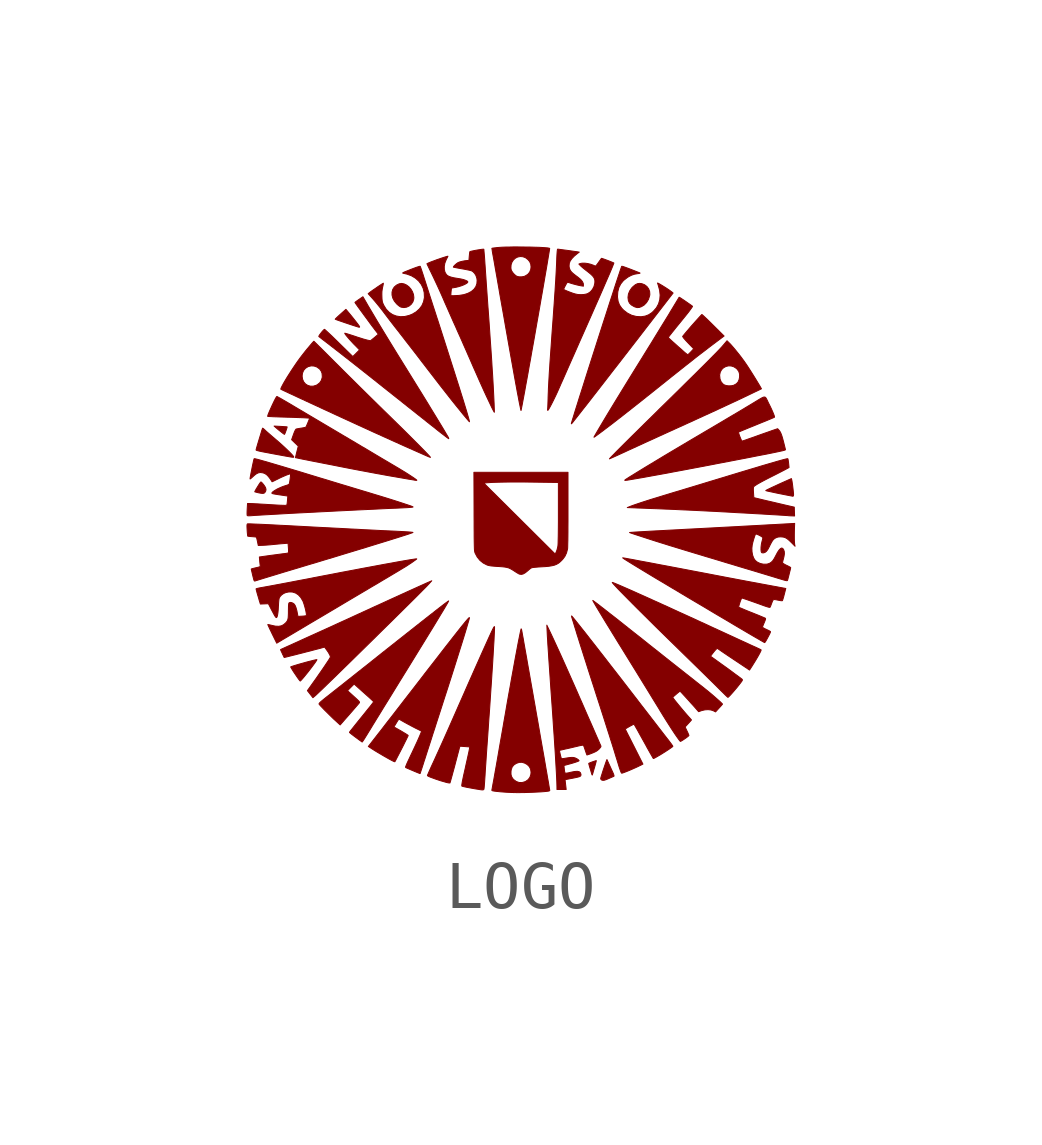
<source format=kicad_sym>
(kicad_symbol_lib
  (version 20210619)
  (generator bitmap2component)
  (symbol "LOGO"
    (pin_names
      (offset 1.016))
    (property "Reference" "#G"
      (at 0 5.367 0)
      (effects (font (size 1.27 1.27)) hide))
    (symbol "LOGO_0_0"
      (polyline (pts (xy 0.204 -5.655) (xy 0.361 -5.65) (xy 0.52 -5.642) (xy 0.537 -5.641) (xy 0.602 -5.636) (xy 0.651 -5.631) (xy 0.685 -5.627) (xy 0.706 -5.622) (xy 0.717 -5.617) (xy 0.72 -5.611) (xy 0.72 -5.609) (xy 0.717 -5.592) (xy 0.711 -5.556) (xy 0.702 -5.504) (xy 0.691 -5.436) (xy 0.676 -5.354) (xy 0.66 -5.259) (xy 0.641 -5.152) (xy 0.621 -5.034) (xy 0.599 -4.907) (xy 0.575 -4.772) (xy 0.55 -4.63) (xy 0.524 -4.483) (xy 0.498 -4.331) (xy 0.471 -4.176) (xy 0.443 -4.019) (xy 0.416 -3.862) (xy 0.388 -3.705) (xy 0.361 -3.55) (xy 0.334 -3.398) (xy 0.308 -3.25) (xy 0.283 -3.108) (xy 0.259 -2.973) (xy 0.237 -2.845) (xy 0.216 -2.728) (xy 0.197 -2.62) (xy 0.18 -2.525) (xy 0.166 -2.442) (xy 0.153 -2.374) (xy 0.144 -2.321) (xy 0.137 -2.285) (xy 0.134 -2.268) (xy 0.129 -2.249) (xy 0.124 -2.244) (xy 0.123 -2.244) (xy 0.118 -2.261) (xy 0.11 -2.295) (xy 0.099 -2.348) (xy 0.085 -2.417) (xy 0.068 -2.501) (xy 0.049 -2.6) (xy 0.028 -2.713) (xy 0.004 -2.839) (xy -0.021 -2.976) (xy -0.048 -3.124) (xy -0.077 -3.282) (xy -0.106 -3.448) (xy -0.138 -3.622) (xy -0.17 -3.803) (xy -0.202 -3.99) (xy -0.236 -4.182) (xy -0.252 -4.277) (xy -0.285 -4.464) (xy -0.316 -4.639) (xy -0.344 -4.802) (xy -0.37 -4.952) (xy -0.394 -5.089) (xy -0.416 -5.211) (xy -0.417 -5.217) (xy -0.088 -5.217) (xy -0.083 -5.179) (xy -0.064 -5.125) (xy -0.03 -5.082) (xy 0.021 -5.048) (xy 0.026 -5.046) (xy 0.085 -5.026) (xy 0.142 -5.025) (xy 0.2 -5.043) (xy 0.251 -5.072) (xy 0.295 -5.116) (xy 0.321 -5.169) (xy 0.33 -5.232) (xy 0.326 -5.278) (xy 0.306 -5.338) (xy 0.27 -5.386) (xy 0.217 -5.424) (xy 0.205 -5.429) (xy 0.143 -5.447) (xy 0.081 -5.446) (xy 0.022 -5.425) (xy -0.031 -5.386) (xy -0.052 -5.363) (xy -0.076 -5.323) (xy -0.088 -5.276) (xy -0.088 -5.217) (xy -0.417 -5.217) (xy -0.435 -5.318) (xy -0.451 -5.409) (xy -0.465 -5.483) (xy -0.475 -5.54) (xy -0.482 -5.579) (xy -0.486 -5.598) (xy -0.487 -5.602) (xy -0.487 -5.61) (xy -0.479 -5.616) (xy -0.462 -5.621) (xy -0.431 -5.626) (xy -0.384 -5.632) (xy -0.371 -5.633) (xy -0.316 -5.639) (xy -0.251 -5.644) (xy -0.181 -5.649) (xy -0.116 -5.652) (xy -0.085 -5.654) (xy 0.053 -5.657) (xy 0.204 -5.655)) (stroke (width 0.01)) (fill (type outline)))
      (polyline (pts (xy -0.66 -5.596) (xy -0.652 -5.585) (xy -0.649 -5.564) (xy -0.646 -5.535) (xy -0.645 -5.522) (xy -0.642 -5.483) (xy -0.638 -5.431) (xy -0.634 -5.368) (xy -0.629 -5.299) (xy -0.625 -5.227) (xy -0.622 -5.184) (xy -0.618 -5.119) (xy -0.612 -5.037) (xy -0.606 -4.942) (xy -0.599 -4.836) (xy -0.591 -4.721) (xy -0.582 -4.598) (xy -0.573 -4.471) (xy -0.564 -4.342) (xy -0.555 -4.212) (xy -0.551 -4.147) (xy -0.535 -3.931) (xy -0.521 -3.724) (xy -0.508 -3.526) (xy -0.495 -3.339) (xy -0.484 -3.163) (xy -0.473 -3) (xy -0.464 -2.849) (xy -0.456 -2.712) (xy -0.449 -2.589) (xy -0.442 -2.481) (xy -0.438 -2.39) (xy -0.434 -2.315) (xy -0.432 -2.258) (xy -0.431 -2.219) (xy -0.432 -2.199) (xy -0.434 -2.196) (xy -0.442 -2.203) (xy -0.456 -2.226) (xy -0.476 -2.267) (xy -0.504 -2.326) (xy -0.54 -2.404) (xy -0.592 -2.519) (xy -0.647 -2.641) (xy -0.706 -2.772) (xy -0.768 -2.912) (xy -0.836 -3.064) (xy -0.909 -3.229) (xy -0.989 -3.409) (xy -1.075 -3.606) (xy -1.099 -3.66) (xy -1.181 -3.845) (xy -1.255 -4.014) (xy -1.323 -4.168) (xy -1.385 -4.309) (xy -1.442 -4.437) (xy -1.495 -4.556) (xy -1.544 -4.665) (xy -1.59 -4.767) (xy -1.634 -4.863) (xy -1.675 -4.954) (xy -1.716 -5.043) (xy -1.718 -5.047) (xy -1.748 -5.112) (xy -1.775 -5.172) (xy -1.798 -5.223) (xy -1.815 -5.263) (xy -1.827 -5.29) (xy -1.831 -5.301) (xy -1.823 -5.309) (xy -1.8 -5.321) (xy -1.763 -5.337) (xy -1.716 -5.354) (xy -1.662 -5.374) (xy -1.605 -5.393) (xy -1.547 -5.412) (xy -1.491 -5.428) (xy -1.442 -5.442) (xy -1.401 -5.452) (xy -1.373 -5.456) (xy -1.36 -5.455) (xy -1.36 -5.454) (xy -1.356 -5.442) (xy -1.347 -5.412) (xy -1.335 -5.369) (xy -1.32 -5.315) (xy -1.303 -5.252) (xy -1.284 -5.183) (xy -1.264 -5.11) (xy -1.245 -5.036) (xy -1.226 -4.964) (xy -1.208 -4.896) (xy -1.192 -4.835) (xy -1.178 -4.783) (xy -1.168 -4.744) (xy -1.163 -4.722) (xy -1.154 -4.699) (xy -1.148 -4.69) (xy -1.143 -4.69) (xy -1.121 -4.691) (xy -1.086 -4.694) (xy -1.044 -4.697) (xy -0.948 -4.704) (xy -0.954 -4.745) (xy -0.958 -4.764) (xy -0.965 -4.801) (xy -0.976 -4.851) (xy -0.99 -4.914) (xy -1.006 -4.987) (xy -1.024 -5.066) (xy -1.042 -5.15) (xy -1.06 -5.229) (xy -1.079 -5.313) (xy -1.093 -5.381) (xy -1.104 -5.434) (xy -1.11 -5.473) (xy -1.114 -5.499) (xy -1.114 -5.515) (xy -1.112 -5.521) (xy -1.11 -5.522) (xy -1.091 -5.528) (xy -1.056 -5.536) (xy -1.01 -5.546) (xy -0.956 -5.556) (xy -0.896 -5.567) (xy -0.836 -5.578) (xy -0.778 -5.587) (xy -0.744 -5.593) (xy -0.703 -5.599) (xy -0.676 -5.6) (xy -0.66 -5.596)) (stroke (width 0.01)) (fill (type outline)))
      (polyline (pts (xy 1.057 -5.545) (xy 1.055 -5.528) (xy 1.05 -5.485) (xy 1.045 -5.442) (xy 1.039 -5.387) (xy 1.177 -5.36) (xy 1.192 -5.358) (xy 1.254 -5.345) (xy 1.3 -5.335) (xy 1.333 -5.326) (xy 1.353 -5.317) (xy 1.364 -5.308) (xy 1.369 -5.296) (xy 1.371 -5.282) (xy 1.37 -5.274) (xy 1.359 -5.242) (xy 1.333 -5.221) (xy 1.292 -5.213) (xy 1.234 -5.217) (xy 1.161 -5.232) (xy 1.156 -5.233) (xy 1.116 -5.243) (xy 1.082 -5.249) (xy 1.059 -5.252) (xy 1.049 -5.252) (xy 1.04 -5.247) (xy 1.034 -5.235) (xy 1.029 -5.212) (xy 1.024 -5.172) (xy 1.015 -5.092) (xy 1.055 -5.081) (xy 1.067 -5.078) (xy 1.137 -5.059) (xy 1.2 -5.041) (xy 1.254 -5.024) (xy 1.295 -5.01) (xy 1.321 -4.999) (xy 1.331 -4.992) (xy 1.329 -4.987) (xy 1.315 -4.971) (xy 1.289 -4.953) (xy 1.258 -4.937) (xy 1.241 -4.931) (xy 1.208 -4.924) (xy 1.17 -4.923) (xy 1.121 -4.928) (xy 1.057 -4.938) (xy 1.039 -4.941) (xy 1.002 -4.947) (xy 0.975 -4.949) (xy 0.964 -4.949) (xy 0.959 -4.937) (xy 0.952 -4.912) (xy 0.943 -4.879) (xy 0.935 -4.843) (xy 0.928 -4.811) (xy 0.923 -4.787) (xy 0.923 -4.777) (xy 0.923 -4.777) (xy 0.936 -4.773) (xy 0.964 -4.767) (xy 1.003 -4.758) (xy 1.05 -4.747) (xy 1.093 -4.738) (xy 1.162 -4.722) (xy 1.233 -4.705) (xy 1.294 -4.691) (xy 1.297 -4.69) (xy 1.343 -4.679) (xy 1.381 -4.672) (xy 1.409 -4.668) (xy 1.421 -4.669) (xy 1.424 -4.676) (xy 1.434 -4.698) (xy 1.446 -4.733) (xy 1.46 -4.774) (xy 1.47 -4.804) (xy 1.482 -4.839) (xy 1.491 -4.863) (xy 1.495 -4.872) (xy 1.5 -4.871) (xy 1.522 -4.864) (xy 1.555 -4.853) (xy 1.593 -4.838) (xy 1.631 -4.823) (xy 1.664 -4.808) (xy 1.686 -4.797) (xy 1.714 -4.778) (xy 1.744 -4.753) (xy 1.768 -4.726) (xy 1.784 -4.704) (xy 1.788 -4.688) (xy 1.783 -4.678) (xy 1.771 -4.651) (xy 1.753 -4.61) (xy 1.73 -4.557) (xy 1.702 -4.494) (xy 1.671 -4.423) (xy 1.638 -4.347) (xy 1.623 -4.312) (xy 1.584 -4.223) (xy 1.539 -4.122) (xy 1.491 -4.013) (xy 1.441 -3.898) (xy 1.391 -3.783) (xy 1.341 -3.671) (xy 1.296 -3.567) (xy 1.251 -3.465) (xy 1.183 -3.312) (xy 1.116 -3.161) (xy 1.05 -3.013) (xy 0.986 -2.87) (xy 0.925 -2.735) (xy 0.868 -2.611) (xy 0.816 -2.498) (xy 0.77 -2.399) (xy 0.731 -2.316) (xy 0.659 -2.166) (xy 0.665 -2.291) (xy 0.667 -2.336) (xy 0.67 -2.398) (xy 0.675 -2.468) (xy 0.679 -2.547) (xy 0.685 -2.637) (xy 0.692 -2.739) (xy 0.699 -2.854) (xy 0.708 -2.982) (xy 0.718 -3.126) (xy 0.729 -3.287) (xy 0.741 -3.465) (xy 0.755 -3.662) (xy 0.767 -3.83) (xy 0.783 -4.058) (xy 0.797 -4.273) (xy 0.811 -4.473) (xy 0.823 -4.659) (xy 0.834 -4.829) (xy 0.843 -4.984) (xy 0.851 -5.122) (xy 0.858 -5.243) (xy 0.863 -5.346) (xy 0.867 -5.431) (xy 0.869 -5.498) (xy 0.87 -5.545) (xy 0.87 -5.592) (xy 1.062 -5.592) (xy 1.057 -5.545)) (stroke (width 0.01)) (fill (type outline)))
      (polyline (pts (xy 1.859 -5.398) (xy 1.898 -5.385) (xy 1.95 -5.363) (xy 1.97 -5.354) (xy 2.007 -5.338) (xy 2.037 -5.325) (xy 2.053 -5.319) (xy 2.057 -5.316) (xy 2.06 -5.309) (xy 2.057 -5.294) (xy 2.049 -5.269) (xy 2.033 -5.232) (xy 2.009 -5.18) (xy 2.002 -5.165) (xy 1.979 -5.114) (xy 1.958 -5.068) (xy 1.941 -5.031) (xy 1.93 -5.007) (xy 1.912 -4.968) (xy 1.9 -4.997) (xy 1.899 -5) (xy 1.887 -5.032) (xy 1.872 -5.076) (xy 1.855 -5.126) (xy 1.837 -5.179) (xy 1.82 -5.232) (xy 1.805 -5.28) (xy 1.792 -5.321) (xy 1.784 -5.35) (xy 1.781 -5.364) (xy 1.784 -5.375) (xy 1.798 -5.391) (xy 1.807 -5.396) (xy 1.83 -5.401) (xy 1.859 -5.398)) (stroke (width 0.01)) (fill (type outline)))
      (polyline (pts (xy 1.607 -5.289) (xy 1.612 -5.273) (xy 1.621 -5.244) (xy 1.632 -5.204) (xy 1.645 -5.159) (xy 1.659 -5.112) (xy 1.671 -5.068) (xy 1.681 -5.031) (xy 1.688 -5.003) (xy 1.691 -4.991) (xy 1.686 -4.991) (xy 1.667 -4.996) (xy 1.638 -5.006) (xy 1.605 -5.017) (xy 1.573 -5.029) (xy 1.547 -5.04) (xy 1.532 -5.048) (xy 1.533 -5.055) (xy 1.539 -5.077) (xy 1.548 -5.111) (xy 1.561 -5.154) (xy 1.571 -5.187) (xy 1.583 -5.228) (xy 1.592 -5.258) (xy 1.597 -5.275) (xy 1.601 -5.285) (xy 1.606 -5.29) (xy 1.607 -5.289)) (stroke (width 0.01)) (fill (type outline)))
      (polyline (pts (xy -1.983 -5.26) (xy -1.977 -5.244) (xy -1.967 -5.212) (xy -1.952 -5.169) (xy -1.935 -5.115) (xy -1.915 -5.054) (xy -1.913 -5.046) (xy -1.898 -4.999) (xy -1.877 -4.936) (xy -1.852 -4.857) (xy -1.823 -4.766) (xy -1.79 -4.665) (xy -1.754 -4.554) (xy -1.717 -4.436) (xy -1.677 -4.314) (xy -1.637 -4.188) (xy -1.596 -4.062) (xy -1.563 -3.96) (xy -1.484 -3.713) (xy -1.409 -3.482) (xy -1.34 -3.266) (xy -1.276 -3.065) (xy -1.218 -2.88) (xy -1.165 -2.712) (xy -1.117 -2.56) (xy -1.075 -2.425) (xy -1.039 -2.307) (xy -1.009 -2.207) (xy -0.985 -2.125) (xy -0.966 -2.061) (xy -0.954 -2.016) (xy -0.954 -2.01) (xy -0.956 -2.008) (xy -0.962 -2.011) (xy -0.973 -2.021) (xy -0.989 -2.038) (xy -1.011 -2.063) (xy -1.039 -2.096) (xy -1.073 -2.138) (xy -1.115 -2.189) (xy -1.164 -2.251) (xy -1.221 -2.323) (xy -1.287 -2.407) (xy -1.362 -2.503) (xy -1.447 -2.611) (xy -1.542 -2.734) (xy -1.647 -2.87) (xy -1.764 -3.02) (xy -1.893 -3.186) (xy -1.923 -3.226) (xy -2.022 -3.354) (xy -2.12 -3.481) (xy -2.217 -3.606) (xy -2.312 -3.728) (xy -2.402 -3.845) (xy -2.488 -3.956) (xy -2.568 -4.06) (xy -2.642 -4.154) (xy -2.707 -4.238) (xy -2.763 -4.311) (xy -2.809 -4.371) (xy -2.845 -4.416) (xy -3.062 -4.695) (xy -3.029 -4.716) (xy -2.988 -4.743) (xy -2.932 -4.779) (xy -2.871 -4.816) (xy -2.808 -4.853) (xy -2.746 -4.89) (xy -2.686 -4.924) (xy -2.631 -4.955) (xy -2.583 -4.981) (xy -2.546 -5) (xy -2.52 -5.011) (xy -2.51 -5.014) (xy -2.509 -5.013) (xy -2.5 -4.998) (xy -2.485 -4.97) (xy -2.464 -4.929) (xy -2.438 -4.879) (xy -2.409 -4.823) (xy -2.378 -4.763) (xy -2.347 -4.703) (xy -2.317 -4.643) (xy -2.29 -4.588) (xy -2.266 -4.541) (xy -2.248 -4.502) (xy -2.235 -4.477) (xy -2.231 -4.466) (xy -2.236 -4.461) (xy -2.256 -4.447) (xy -2.289 -4.426) (xy -2.331 -4.401) (xy -2.379 -4.372) (xy -2.528 -4.288) (xy -2.478 -4.205) (xy -2.465 -4.183) (xy -2.445 -4.152) (xy -2.43 -4.132) (xy -2.422 -4.126) (xy -2.393 -4.142) (xy -2.307 -4.191) (xy -2.221 -4.238) (xy -2.14 -4.281) (xy -2.071 -4.317) (xy -2.064 -4.32) (xy -2.021 -4.341) (xy -1.986 -4.359) (xy -1.962 -4.371) (xy -1.953 -4.376) (xy -1.953 -4.379) (xy -1.959 -4.397) (xy -1.972 -4.429) (xy -1.991 -4.474) (xy -2.015 -4.529) (xy -2.043 -4.592) (xy -2.074 -4.659) (xy -2.107 -4.73) (xy -2.141 -4.802) (xy -2.141 -4.803) (xy -2.182 -4.888) (xy -2.214 -4.957) (xy -2.24 -5.012) (xy -2.259 -5.054) (xy -2.272 -5.085) (xy -2.28 -5.106) (xy -2.285 -5.12) (xy -2.285 -5.129) (xy -2.284 -5.133) (xy -2.279 -5.136) (xy -2.259 -5.145) (xy -2.225 -5.16) (xy -2.181 -5.179) (xy -2.131 -5.2) (xy -2.101 -5.213) (xy -2.055 -5.232) (xy -2.018 -5.247) (xy -1.993 -5.257) (xy -1.984 -5.261) (xy -1.983 -5.26)) (stroke (width 0.01)) (fill (type outline)))
      (polyline (pts (xy 2.235 -5.249) (xy 2.266 -5.238) (xy 2.309 -5.222) (xy 2.359 -5.202) (xy 2.413 -5.179) (xy 2.467 -5.155) (xy 2.519 -5.132) (xy 2.564 -5.111) (xy 2.662 -5.062) (xy 2.479 -4.699) (xy 2.463 -4.668) (xy 2.424 -4.591) (xy 2.389 -4.521) (xy 2.357 -4.459) (xy 2.331 -4.407) (xy 2.311 -4.367) (xy 2.298 -4.342) (xy 2.293 -4.332) (xy 2.296 -4.329) (xy 2.313 -4.318) (xy 2.34 -4.302) (xy 2.373 -4.283) (xy 2.407 -4.264) (xy 2.438 -4.248) (xy 2.462 -4.236) (xy 2.474 -4.232) (xy 2.475 -4.232) (xy 2.478 -4.234) (xy 2.482 -4.24) (xy 2.489 -4.251) (xy 2.499 -4.268) (xy 2.513 -4.293) (xy 2.533 -4.327) (xy 2.558 -4.372) (xy 2.589 -4.429) (xy 2.628 -4.499) (xy 2.675 -4.583) (xy 2.731 -4.684) (xy 2.741 -4.704) (xy 2.777 -4.768) (xy 2.809 -4.825) (xy 2.837 -4.874) (xy 2.859 -4.912) (xy 2.873 -4.937) (xy 2.88 -4.946) (xy 2.883 -4.946) (xy 2.901 -4.938) (xy 2.931 -4.922) (xy 2.971 -4.899) (xy 3.018 -4.872) (xy 3.068 -4.841) (xy 3.119 -4.809) (xy 3.168 -4.777) (xy 3.212 -4.748) (xy 3.248 -4.723) (xy 3.274 -4.704) (xy 3.286 -4.693) (xy 3.284 -4.687) (xy 3.272 -4.668) (xy 3.251 -4.638) (xy 3.222 -4.6) (xy 3.189 -4.556) (xy 3.172 -4.535) (xy 3.14 -4.494) (xy 3.098 -4.44) (xy 3.048 -4.375) (xy 2.99 -4.3) (xy 2.926 -4.217) (xy 2.857 -4.128) (xy 2.784 -4.033) (xy 2.709 -3.936) (xy 2.632 -3.837) (xy 2.561 -3.744) (xy 2.405 -3.542) (xy 2.257 -3.35) (xy 2.117 -3.169) (xy 1.985 -3) (xy 1.863 -2.842) (xy 1.749 -2.696) (xy 1.645 -2.562) (xy 1.55 -2.441) (xy 1.466 -2.333) (xy 1.391 -2.239) (xy 1.327 -2.158) (xy 1.274 -2.092) (xy 1.232 -2.039) (xy 1.201 -2.002) (xy 1.182 -1.98) (xy 1.174 -1.974) (xy 1.174 -1.977) (xy 1.177 -1.995) (xy 1.185 -2.022) (xy 1.186 -2.024) (xy 1.193 -2.048) (xy 1.206 -2.088) (xy 1.222 -2.14) (xy 1.241 -2.203) (xy 1.263 -2.272) (xy 1.285 -2.346) (xy 1.292 -2.369) (xy 1.312 -2.43) (xy 1.336 -2.508) (xy 1.365 -2.6) (xy 1.398 -2.703) (xy 1.434 -2.817) (xy 1.473 -2.938) (xy 1.513 -3.065) (xy 1.555 -3.196) (xy 1.598 -3.329) (xy 1.641 -3.461) (xy 1.7 -3.647) (xy 1.756 -3.819) (xy 1.806 -3.975) (xy 1.851 -4.115) (xy 1.891 -4.241) (xy 1.927 -4.355) (xy 1.96 -4.457) (xy 1.989 -4.55) (xy 2.016 -4.634) (xy 2.04 -4.711) (xy 2.062 -4.781) (xy 2.082 -4.847) (xy 2.101 -4.91) (xy 2.12 -4.97) (xy 2.138 -5.029) (xy 2.147 -5.059) (xy 2.169 -5.131) (xy 2.188 -5.186) (xy 2.202 -5.223) (xy 2.212 -5.245) (xy 2.219 -5.252) (xy 2.235 -5.249)) (stroke (width 0.01)) (fill (type outline)))
      (polyline (pts (xy -3.189 -4.601) (xy -3.179 -4.588) (xy -3.161 -4.562) (xy -3.137 -4.524) (xy -3.108 -4.477) (xy -3.075 -4.424) (xy -3.073 -4.42) (xy -3.057 -4.394) (xy -3.041 -4.368) (xy -3.024 -4.341) (xy -3.006 -4.311) (xy -2.986 -4.278) (xy -2.964 -4.241) (xy -2.938 -4.2) (xy -2.909 -4.152) (xy -2.876 -4.098) (xy -2.838 -4.037) (xy -2.795 -3.967) (xy -2.747 -3.888) (xy -2.692 -3.799) (xy -2.63 -3.699) (xy -2.561 -3.587) (xy -2.485 -3.463) (xy -2.4 -3.325) (xy -2.306 -3.173) (xy -2.202 -3.005) (xy -2.089 -2.821) (xy -1.99 -2.66) (xy -1.883 -2.486) (xy -1.786 -2.328) (xy -1.7 -2.188) (xy -1.625 -2.064) (xy -1.56 -1.956) (xy -1.505 -1.866) (xy -1.461 -1.792) (xy -1.427 -1.734) (xy -1.404 -1.694) (xy -1.391 -1.669) (xy -1.388 -1.661) (xy -1.389 -1.661) (xy -1.399 -1.667) (xy -1.422 -1.684) (xy -1.458 -1.71) (xy -1.508 -1.748) (xy -1.57 -1.796) (xy -1.646 -1.855) (xy -1.736 -1.926) (xy -1.84 -2.007) (xy -1.958 -2.1) (xy -2.091 -2.205) (xy -2.238 -2.321) (xy -2.4 -2.449) (xy -2.577 -2.589) (xy -2.769 -2.741) (xy -2.976 -2.906) (xy -3.077 -2.987) (xy -3.184 -3.071) (xy -3.29 -3.155) (xy -3.393 -3.237) (xy -3.492 -3.315) (xy -3.584 -3.389) (xy -3.668 -3.455) (xy -3.743 -3.514) (xy -3.805 -3.563) (xy -3.853 -3.601) (xy -3.87 -3.615) (xy -3.936 -3.666) (xy -3.987 -3.707) (xy -4.026 -3.739) (xy -4.054 -3.763) (xy -4.073 -3.781) (xy -4.084 -3.794) (xy -4.089 -3.803) (xy -4.089 -3.81) (xy -4.086 -3.816) (xy -4.075 -3.829) (xy -4.051 -3.856) (xy -4.017 -3.891) (xy -3.976 -3.934) (xy -3.929 -3.98) (xy -3.881 -4.028) (xy -3.832 -4.076) (xy -3.787 -4.12) (xy -3.746 -4.157) (xy -3.649 -4.246) (xy -3.618 -4.21) (xy -3.61 -4.201) (xy -3.588 -4.176) (xy -3.556 -4.139) (xy -3.517 -4.095) (xy -3.473 -4.045) (xy -3.427 -3.992) (xy -3.397 -3.958) (xy -3.354 -3.908) (xy -3.316 -3.864) (xy -3.285 -3.828) (xy -3.263 -3.802) (xy -3.252 -3.789) (xy -3.25 -3.785) (xy -3.246 -3.778) (xy -3.247 -3.77) (xy -3.252 -3.759) (xy -3.265 -3.744) (xy -3.286 -3.723) (xy -3.317 -3.694) (xy -3.36 -3.655) (xy -3.416 -3.604) (xy -3.496 -3.532) (xy -3.427 -3.462) (xy -3.358 -3.393) (xy -3.302 -3.443) (xy -3.279 -3.464) (xy -3.242 -3.497) (xy -3.198 -3.537) (xy -3.149 -3.58) (xy -3.099 -3.625) (xy -3.092 -3.631) (xy -3.047 -3.671) (xy -3.009 -3.706) (xy -2.978 -3.735) (xy -2.958 -3.755) (xy -2.951 -3.764) (xy -2.952 -3.765) (xy -2.962 -3.78) (xy -2.983 -3.807) (xy -3.013 -3.846) (xy -3.052 -3.894) (xy -3.098 -3.951) (xy -3.149 -4.015) (xy -3.204 -4.083) (xy -3.223 -4.106) (xy -3.277 -4.173) (xy -3.326 -4.234) (xy -3.369 -4.288) (xy -3.405 -4.333) (xy -3.433 -4.368) (xy -3.45 -4.391) (xy -3.456 -4.4) (xy -3.453 -4.404) (xy -3.436 -4.419) (xy -3.408 -4.442) (xy -3.37 -4.471) (xy -3.326 -4.504) (xy -3.296 -4.526) (xy -3.256 -4.556) (xy -3.222 -4.58) (xy -3.2 -4.596) (xy -3.19 -4.602) (xy -3.189 -4.601)) (stroke (width 0.01)) (fill (type outline)))
      (polyline (pts (xy 3.449 -4.588) (xy 3.469 -4.577) (xy 3.498 -4.559) (xy 3.531 -4.537) (xy 3.564 -4.514) (xy 3.593 -4.492) (xy 3.613 -4.475) (xy 3.621 -4.466) (xy 3.62 -4.462) (xy 3.612 -4.441) (xy 3.599 -4.41) (xy 3.581 -4.372) (xy 3.541 -4.288) (xy 3.579 -4.248) (xy 3.594 -4.231) (xy 3.612 -4.212) (xy 3.621 -4.202) (xy 3.622 -4.201) (xy 3.633 -4.189) (xy 3.65 -4.17) (xy 3.674 -4.142) (xy 3.585 -4.041) (xy 3.54 -3.989) (xy 3.494 -3.935) (xy 3.448 -3.88) (xy 3.404 -3.827) (xy 3.365 -3.779) (xy 3.331 -3.737) (xy 3.305 -3.703) (xy 3.289 -3.68) (xy 3.284 -3.671) (xy 3.286 -3.668) (xy 3.299 -3.655) (xy 3.322 -3.635) (xy 3.351 -3.61) (xy 3.38 -3.585) (xy 3.407 -3.563) (xy 3.427 -3.547) (xy 3.436 -3.541) (xy 3.437 -3.543) (xy 3.45 -3.556) (xy 3.473 -3.58) (xy 3.503 -3.613) (xy 3.54 -3.653) (xy 3.581 -3.698) (xy 3.623 -3.744) (xy 3.664 -3.791) (xy 3.704 -3.834) (xy 3.738 -3.872) (xy 3.765 -3.903) (xy 3.823 -3.97) (xy 3.88 -3.949) (xy 3.893 -3.945) (xy 3.956 -3.931) (xy 4.021 -3.927) (xy 4.081 -3.934) (xy 4.131 -3.951) (xy 4.176 -3.974) (xy 4.248 -3.895) (xy 4.272 -3.869) (xy 4.297 -3.841) (xy 4.314 -3.821) (xy 4.321 -3.812) (xy 4.32 -3.81) (xy 4.307 -3.796) (xy 4.283 -3.772) (xy 4.249 -3.741) (xy 4.207 -3.704) (xy 4.16 -3.663) (xy 4.111 -3.62) (xy 4.061 -3.578) (xy 4.014 -3.539) (xy 3.97 -3.504) (xy 3.939 -3.479) (xy 3.889 -3.439) (xy 3.827 -3.391) (xy 3.758 -3.336) (xy 3.685 -3.278) (xy 3.61 -3.219) (xy 3.535 -3.16) (xy 3.533 -3.159) (xy 3.471 -3.109) (xy 3.395 -3.05) (xy 3.308 -2.981) (xy 3.213 -2.906) (xy 3.112 -2.826) (xy 3.008 -2.743) (xy 2.902 -2.659) (xy 2.797 -2.576) (xy 2.696 -2.495) (xy 2.655 -2.462) (xy 2.523 -2.358) (xy 2.397 -2.259) (xy 2.278 -2.164) (xy 2.166 -2.075) (xy 2.062 -1.993) (xy 1.966 -1.919) (xy 1.88 -1.851) (xy 1.805 -1.793) (xy 1.741 -1.743) (xy 1.69 -1.704) (xy 1.651 -1.675) (xy 1.627 -1.657) (xy 1.617 -1.651) (xy 1.617 -1.651) (xy 1.622 -1.662) (xy 1.637 -1.689) (xy 1.661 -1.731) (xy 1.693 -1.786) (xy 1.733 -1.852) (xy 1.78 -1.93) (xy 1.833 -2.018) (xy 1.891 -2.114) (xy 1.955 -2.217) (xy 2.022 -2.327) (xy 2.093 -2.442) (xy 2.166 -2.561) (xy 2.211 -2.633) (xy 2.324 -2.816) (xy 2.432 -2.991) (xy 2.534 -3.156) (xy 2.629 -3.311) (xy 2.718 -3.455) (xy 2.799 -3.587) (xy 2.871 -3.705) (xy 2.935 -3.809) (xy 2.99 -3.898) (xy 3.034 -3.972) (xy 3.041 -3.983) (xy 3.088 -4.06) (xy 3.142 -4.146) (xy 3.198 -4.234) (xy 3.251 -4.317) (xy 3.299 -4.39) (xy 3.326 -4.431) (xy 3.362 -4.483) (xy 3.393 -4.527) (xy 3.418 -4.561) (xy 3.436 -4.583) (xy 3.445 -4.59) (xy 3.449 -4.588)) (stroke (width 0.01)) (fill (type outline)))
      (polyline (pts (xy -4.172 -3.64) (xy -4.167 -3.637) (xy -4.145 -3.616) (xy -4.11 -3.583) (xy -4.063 -3.538) (xy -4.004 -3.482) (xy -3.936 -3.416) (xy -3.859 -3.341) (xy -3.773 -3.258) (xy -3.681 -3.168) (xy -3.582 -3.071) (xy -3.478 -2.97) (xy -3.37 -2.864) (xy -3.259 -2.755) (xy -3.145 -2.643) (xy -3.03 -2.53) (xy -2.914 -2.416) (xy -2.8 -2.303) (xy -2.687 -2.192) (xy -2.576 -2.083) (xy -2.469 -1.977) (xy -2.366 -1.875) (xy -2.269 -1.779) (xy -2.178 -1.689) (xy -2.094 -1.606) (xy -2.019 -1.531) (xy -1.954 -1.465) (xy -1.898 -1.409) (xy -1.854 -1.365) (xy -1.822 -1.331) (xy -1.803 -1.311) (xy -1.74 -1.241) (xy -1.783 -1.26) (xy -1.804 -1.269) (xy -1.857 -1.292) (xy -1.927 -1.324) (xy -2.012 -1.362) (xy -2.111 -1.407) (xy -2.222 -1.457) (xy -2.345 -1.513) (xy -2.478 -1.574) (xy -2.621 -1.639) (xy -2.771 -1.708) (xy -2.928 -1.779) (xy -3.09 -1.854) (xy -3.257 -1.93) (xy -3.426 -2.008) (xy -3.436 -2.013) (xy -3.489 -2.037) (xy -3.555 -2.067) (xy -3.632 -2.102) (xy -3.72 -2.142) (xy -3.815 -2.186) (xy -3.916 -2.232) (xy -4.02 -2.279) (xy -4.126 -2.327) (xy -4.232 -2.375) (xy -4.336 -2.422) (xy -4.435 -2.467) (xy -4.528 -2.51) (xy -4.613 -2.548) (xy -4.687 -2.582) (xy -4.75 -2.61) (xy -4.798 -2.632) (xy -4.829 -2.646) (xy -4.83 -2.647) (xy -4.862 -2.661) (xy -4.883 -2.671) (xy -4.892 -2.676) (xy -4.892 -2.677) (xy -4.887 -2.688) (xy -4.877 -2.711) (xy -4.862 -2.742) (xy -4.847 -2.776) (xy -4.832 -2.806) (xy -4.821 -2.829) (xy -4.816 -2.84) (xy -4.813 -2.839) (xy -4.794 -2.835) (xy -4.759 -2.827) (xy -4.712 -2.815) (xy -4.653 -2.8) (xy -4.587 -2.784) (xy -4.514 -2.765) (xy -4.438 -2.746) (xy -4.362 -2.726) (xy -4.286 -2.707) (xy -4.215 -2.688) (xy -4.151 -2.671) (xy -4.095 -2.657) (xy -4.051 -2.645) (xy -4.02 -2.636) (xy -3.974 -2.623) (xy -3.928 -2.686) (xy -3.898 -2.729) (xy -3.874 -2.771) (xy -3.857 -2.806) (xy -3.852 -2.829) (xy -3.855 -2.837) (xy -3.869 -2.861) (xy -3.891 -2.897) (xy -3.922 -2.943) (xy -3.959 -2.999) (xy -4.001 -3.061) (xy -4.047 -3.128) (xy -4.096 -3.198) (xy -4.145 -3.269) (xy -4.195 -3.339) (xy -4.332 -3.531) (xy -4.274 -3.605) (xy -4.217 -3.678) (xy -4.172 -3.64)) (stroke (width 0.01)) (fill (type outline)))
      (polyline (pts (xy 4.437 -3.67) (xy 4.454 -3.655) (xy 4.479 -3.63) (xy 4.511 -3.595) (xy 4.548 -3.553) (xy 4.586 -3.508) (xy 4.625 -3.462) (xy 4.661 -3.417) (xy 4.67 -3.405) (xy 4.701 -3.365) (xy 4.721 -3.338) (xy 4.732 -3.32) (xy 4.736 -3.308) (xy 4.733 -3.299) (xy 4.726 -3.291) (xy 4.722 -3.288) (xy 4.703 -3.273) (xy 4.671 -3.249) (xy 4.628 -3.217) (xy 4.575 -3.179) (xy 4.517 -3.135) (xy 4.454 -3.089) (xy 4.388 -3.041) (xy 4.322 -2.994) (xy 4.257 -2.947) (xy 4.197 -2.904) (xy 4.143 -2.865) (xy 4.071 -2.814) (xy 4.115 -2.755) (xy 4.141 -2.722) (xy 4.166 -2.692) (xy 4.185 -2.672) (xy 4.211 -2.648) (xy 4.294 -2.706) (xy 4.298 -2.709) (xy 4.33 -2.731) (xy 4.376 -2.762) (xy 4.432 -2.8) (xy 4.495 -2.842) (xy 4.562 -2.887) (xy 4.63 -2.932) (xy 4.884 -3.102) (xy 4.944 -3.009) (xy 4.953 -2.994) (xy 4.995 -2.927) (xy 5.033 -2.864) (xy 5.066 -2.807) (xy 5.093 -2.758) (xy 5.113 -2.719) (xy 5.124 -2.693) (xy 5.126 -2.681) (xy 5.116 -2.675) (xy 5.091 -2.663) (xy 5.055 -2.646) (xy 5.013 -2.626) (xy 4.992 -2.617) (xy 4.952 -2.599) (xy 4.897 -2.574) (xy 4.829 -2.542) (xy 4.748 -2.505) (xy 4.656 -2.463) (xy 4.555 -2.416) (xy 4.446 -2.366) (xy 4.331 -2.313) (xy 4.211 -2.258) (xy 4.087 -2.201) (xy 4.027 -2.173) (xy 3.805 -2.071) (xy 3.594 -1.974) (xy 3.393 -1.883) (xy 3.205 -1.796) (xy 3.028 -1.716) (xy 2.864 -1.642) (xy 2.712 -1.573) (xy 2.575 -1.512) (xy 2.451 -1.456) (xy 2.342 -1.408) (xy 2.248 -1.367) (xy 2.17 -1.333) (xy 2.108 -1.307) (xy 2.062 -1.288) (xy 2.034 -1.278) (xy 2.023 -1.275) (xy 2.023 -1.277) (xy 2.033 -1.291) (xy 2.057 -1.319) (xy 2.094 -1.359) (xy 2.143 -1.411) (xy 2.205 -1.475) (xy 2.279 -1.55) (xy 2.363 -1.635) (xy 2.458 -1.731) (xy 2.563 -1.836) (xy 2.678 -1.95) (xy 2.801 -2.072) (xy 2.933 -2.203) (xy 3.074 -2.341) (xy 3.221 -2.485) (xy 3.376 -2.636) (xy 3.536 -2.793) (xy 3.613 -2.868) (xy 3.705 -2.958) (xy 3.796 -3.047) (xy 3.885 -3.134) (xy 3.968 -3.215) (xy 4.045 -3.291) (xy 4.114 -3.359) (xy 4.173 -3.417) (xy 4.221 -3.465) (xy 4.257 -3.501) (xy 4.29 -3.534) (xy 4.335 -3.578) (xy 4.373 -3.616) (xy 4.404 -3.646) (xy 4.425 -3.665) (xy 4.433 -3.671) (xy 4.437 -3.67)) (stroke (width 0.01)) (fill (type outline)))
      (polyline (pts (xy -4.474 -3.326) (xy -4.456 -3.307) (xy -4.429 -3.277) (xy -4.396 -3.238) (xy -4.359 -3.192) (xy -4.319 -3.143) (xy -4.279 -3.091) (xy -4.241 -3.041) (xy -4.205 -2.993) (xy -4.175 -2.952) (xy -4.152 -2.918) (xy -4.138 -2.895) (xy -4.134 -2.885) (xy -4.139 -2.885) (xy -4.162 -2.889) (xy -4.198 -2.897) (xy -4.245 -2.909) (xy -4.301 -2.923) (xy -4.362 -2.939) (xy -4.425 -2.957) (xy -4.487 -2.974) (xy -4.545 -2.991) (xy -4.597 -3.007) (xy -4.638 -3.02) (xy -4.667 -3.03) (xy -4.68 -3.036) (xy -4.678 -3.043) (xy -4.666 -3.064) (xy -4.646 -3.097) (xy -4.62 -3.139) (xy -4.588 -3.186) (xy -4.561 -3.226) (xy -4.532 -3.268) (xy -4.508 -3.301) (xy -4.49 -3.323) (xy -4.482 -3.331) (xy -4.474 -3.326)) (stroke (width 0.01)) (fill (type outline)))
      (polyline (pts (xy -4.939 -2.522) (xy -4.925 -2.514) (xy -4.893 -2.495) (xy -4.847 -2.467) (xy -4.786 -2.431) (xy -4.711 -2.387) (xy -4.623 -2.335) (xy -4.524 -2.276) (xy -4.414 -2.211) (xy -4.294 -2.139) (xy -4.165 -2.063) (xy -4.028 -1.982) (xy -3.883 -1.896) (xy -3.733 -1.807) (xy -3.577 -1.714) (xy -3.417 -1.619) (xy -3.253 -1.522) (xy -3.086 -1.423) (xy -2.992 -1.367) (xy -2.88 -1.302) (xy -2.774 -1.238) (xy -2.674 -1.179) (xy -2.582 -1.124) (xy -2.498 -1.074) (xy -2.426 -1.031) (xy -2.365 -0.994) (xy -2.317 -0.965) (xy -2.283 -0.945) (xy -2.266 -0.934) (xy -2.219 -0.903) (xy -2.162 -0.866) (xy -2.116 -0.833) (xy -2.081 -0.808) (xy -2.059 -0.792) (xy -2.053 -0.785) (xy -2.059 -0.784) (xy -2.083 -0.786) (xy -2.126 -0.793) (xy -2.187 -0.802) (xy -2.264 -0.815) (xy -2.357 -0.831) (xy -2.465 -0.85) (xy -2.588 -0.873) (xy -2.724 -0.897) (xy -2.873 -0.925) (xy -3.034 -0.955) (xy -3.207 -0.987) (xy -3.39 -1.022) (xy -3.583 -1.058) (xy -3.784 -1.097) (xy -3.994 -1.137) (xy -4.212 -1.179) (xy -4.255 -1.188) (xy -4.385 -1.213) (xy -4.519 -1.238) (xy -4.653 -1.264) (xy -4.785 -1.289) (xy -4.912 -1.313) (xy -5.03 -1.335) (xy -5.138 -1.355) (xy -5.232 -1.372) (xy -5.31 -1.386) (xy -5.333 -1.39) (xy -5.368 -1.398) (xy -5.393 -1.405) (xy -5.402 -1.409) (xy -5.402 -1.41) (xy -5.399 -1.426) (xy -5.391 -1.457) (xy -5.38 -1.498) (xy -5.366 -1.546) (xy -5.351 -1.596) (xy -5.337 -1.646) (xy -5.312 -1.726) (xy -5.145 -1.719) (xy -5.079 -1.848) (xy -5.069 -1.866) (xy -5.04 -1.921) (xy -5.018 -1.961) (xy -5.002 -1.987) (xy -4.99 -2.002) (xy -4.981 -2.008) (xy -4.973 -2.007) (xy -4.973 -2.006) (xy -4.963 -1.989) (xy -4.954 -1.955) (xy -4.946 -1.904) (xy -4.94 -1.841) (xy -4.936 -1.766) (xy -4.935 -1.762) (xy -4.933 -1.71) (xy -4.929 -1.663) (xy -4.925 -1.626) (xy -4.92 -1.604) (xy -4.903 -1.571) (xy -4.87 -1.536) (xy -4.828 -1.506) (xy -4.781 -1.486) (xy -4.72 -1.474) (xy -4.647 -1.475) (xy -4.581 -1.495) (xy -4.522 -1.533) (xy -4.47 -1.589) (xy -4.426 -1.663) (xy -4.413 -1.696) (xy -4.399 -1.739) (xy -4.385 -1.787) (xy -4.372 -1.837) (xy -4.362 -1.884) (xy -4.355 -1.924) (xy -4.352 -1.953) (xy -4.355 -1.967) (xy -4.357 -1.968) (xy -4.375 -1.972) (xy -4.406 -1.976) (xy -4.445 -1.979) (xy -4.529 -1.983) (xy -4.546 -1.894) (xy -4.551 -1.867) (xy -4.569 -1.802) (xy -4.588 -1.755) (xy -4.611 -1.723) (xy -4.638 -1.705) (xy -4.669 -1.694) (xy -4.692 -1.692) (xy -4.712 -1.7) (xy -4.715 -1.703) (xy -4.72 -1.713) (xy -4.723 -1.731) (xy -4.726 -1.762) (xy -4.727 -1.806) (xy -4.728 -1.868) (xy -4.728 -1.916) (xy -4.73 -1.973) (xy -4.733 -2.016) (xy -4.74 -2.048) (xy -4.75 -2.074) (xy -4.765 -2.096) (xy -4.785 -2.119) (xy -4.828 -2.156) (xy -4.876 -2.18) (xy -4.932 -2.19) (xy -4.998 -2.187) (xy -5.076 -2.17) (xy -5.088 -2.167) (xy -5.122 -2.159) (xy -5.147 -2.154) (xy -5.157 -2.153) (xy -5.157 -2.155) (xy -5.151 -2.17) (xy -5.137 -2.2) (xy -5.118 -2.242) (xy -5.093 -2.292) (xy -5.066 -2.349) (xy -4.971 -2.542) (xy -4.939 -2.522)) (stroke (width 0.01)) (fill (type outline)))
      (polyline (pts (xy 5.201 -2.529) (xy 5.212 -2.516) (xy 5.228 -2.491) (xy 5.247 -2.457) (xy 5.268 -2.418) (xy 5.288 -2.38) (xy 5.306 -2.345) (xy 5.318 -2.317) (xy 5.322 -2.302) (xy 5.319 -2.299) (xy 5.303 -2.288) (xy 5.274 -2.273) (xy 5.236 -2.255) (xy 5.206 -2.241) (xy 5.175 -2.224) (xy 5.158 -2.212) (xy 5.155 -2.201) (xy 5.156 -2.198) (xy 5.164 -2.178) (xy 5.177 -2.146) (xy 5.193 -2.108) (xy 5.197 -2.099) (xy 5.211 -2.063) (xy 5.218 -2.041) (xy 5.218 -2.028) (xy 5.212 -2.02) (xy 5.211 -2.02) (xy 5.195 -2.013) (xy 5.164 -2) (xy 5.119 -1.981) (xy 5.064 -1.958) (xy 5.001 -1.933) (xy 4.932 -1.905) (xy 4.919 -1.9) (xy 4.851 -1.873) (xy 4.79 -1.848) (xy 4.739 -1.826) (xy 4.698 -1.809) (xy 4.671 -1.798) (xy 4.66 -1.792) (xy 4.659 -1.788) (xy 4.662 -1.768) (xy 4.67 -1.738) (xy 4.681 -1.702) (xy 4.693 -1.665) (xy 4.706 -1.633) (xy 4.717 -1.609) (xy 4.725 -1.601) (xy 4.736 -1.603) (xy 4.765 -1.613) (xy 4.809 -1.627) (xy 4.866 -1.647) (xy 4.934 -1.671) (xy 5.011 -1.698) (xy 5.095 -1.728) (xy 5.185 -1.761) (xy 5.232 -1.777) (xy 5.271 -1.789) (xy 5.299 -1.795) (xy 5.311 -1.795) (xy 5.312 -1.793) (xy 5.321 -1.775) (xy 5.333 -1.745) (xy 5.346 -1.708) (xy 5.348 -1.705) (xy 5.361 -1.67) (xy 5.372 -1.647) (xy 5.386 -1.635) (xy 5.407 -1.632) (xy 5.439 -1.637) (xy 5.487 -1.647) (xy 5.496 -1.648) (xy 5.532 -1.655) (xy 5.558 -1.657) (xy 5.57 -1.656) (xy 5.57 -1.656) (xy 5.575 -1.642) (xy 5.584 -1.613) (xy 5.596 -1.573) (xy 5.608 -1.526) (xy 5.64 -1.402) (xy 5.614 -1.396) (xy 5.612 -1.396) (xy 5.594 -1.393) (xy 5.558 -1.386) (xy 5.508 -1.377) (xy 5.446 -1.365) (xy 5.373 -1.352) (xy 5.293 -1.337) (xy 5.207 -1.321) (xy 5.136 -1.308) (xy 5.042 -1.29) (xy 4.933 -1.27) (xy 4.814 -1.248) (xy 4.687 -1.224) (xy 4.556 -1.199) (xy 4.423 -1.174) (xy 4.293 -1.149) (xy 4.167 -1.125) (xy 4.001 -1.093) (xy 3.774 -1.05) (xy 3.565 -1.01) (xy 3.375 -0.974) (xy 3.202 -0.941) (xy 3.046 -0.912) (xy 2.905 -0.885) (xy 2.78 -0.861) (xy 2.67 -0.841) (xy 2.574 -0.823) (xy 2.492 -0.807) (xy 2.422 -0.794) (xy 2.365 -0.784) (xy 2.319 -0.775) (xy 2.284 -0.769) (xy 2.26 -0.765) (xy 2.245 -0.763) (xy 2.24 -0.763) (xy 2.24 -0.763) (xy 2.25 -0.771) (xy 2.277 -0.79) (xy 2.321 -0.818) (xy 2.382 -0.856) (xy 2.46 -0.904) (xy 2.555 -0.962) (xy 2.667 -1.03) (xy 2.796 -1.108) (xy 2.942 -1.196) (xy 3.106 -1.293) (xy 3.286 -1.401) (xy 3.484 -1.519) (xy 3.699 -1.647) (xy 3.931 -1.784) (xy 4.18 -1.933) (xy 4.447 -2.09) (xy 4.532 -2.141) (xy 4.64 -2.205) (xy 4.742 -2.265) (xy 4.837 -2.321) (xy 4.924 -2.372) (xy 5.001 -2.417) (xy 5.068 -2.455) (xy 5.122 -2.487) (xy 5.163 -2.51) (xy 5.189 -2.525) (xy 5.199 -2.53) (xy 5.201 -2.529)) (stroke (width 0.01)) (fill (type outline)))
      (polyline (pts (xy -5.427 -1.247) (xy -5.408 -1.24) (xy -5.371 -1.229) (xy -5.316 -1.212) (xy -5.245 -1.19) (xy -5.157 -1.163) (xy -5.054 -1.132) (xy -4.936 -1.096) (xy -4.805 -1.056) (xy -4.661 -1.013) (xy -4.504 -0.966) (xy -4.336 -0.915) (xy -4.137 -0.856) (xy -3.953 -0.8) (xy -3.772 -0.746) (xy -3.596 -0.692) (xy -3.425 -0.64) (xy -3.26 -0.59) (xy -3.102 -0.542) (xy -2.953 -0.496) (xy -2.813 -0.453) (xy -2.683 -0.413) (xy -2.564 -0.376) (xy -2.458 -0.343) (xy -2.365 -0.313) (xy -2.286 -0.288) (xy -2.222 -0.267) (xy -2.175 -0.251) (xy -2.145 -0.24) (xy -2.132 -0.235) (xy -2.133 -0.233) (xy -2.139 -0.231) (xy -2.155 -0.229) (xy -2.181 -0.226) (xy -2.218 -0.223) (xy -2.267 -0.22) (xy -2.331 -0.216) (xy -2.409 -0.212) (xy -2.503 -0.207) (xy -2.615 -0.202) (xy -2.746 -0.196) (xy -2.809 -0.193) (xy -2.907 -0.188) (xy -3.021 -0.182) (xy -3.149 -0.176) (xy -3.288 -0.168) (xy -3.438 -0.161) (xy -3.595 -0.152) (xy -3.758 -0.144) (xy -3.924 -0.135) (xy -4.09 -0.127) (xy -4.256 -0.118) (xy -4.419 -0.109) (xy -4.48 -0.106) (xy -4.627 -0.098) (xy -4.769 -0.09) (xy -4.904 -0.084) (xy -5.029 -0.077) (xy -5.146 -0.071) (xy -5.251 -0.066) (xy -5.343 -0.062) (xy -5.423 -0.059) (xy -5.487 -0.056) (xy -5.535 -0.054) (xy -5.566 -0.054) (xy -5.578 -0.054) (xy -5.581 -0.055) (xy -5.587 -0.061) (xy -5.59 -0.074) (xy -5.592 -0.096) (xy -5.591 -0.131) (xy -5.588 -0.183) (xy -5.588 -0.185) (xy -5.585 -0.232) (xy -5.581 -0.271) (xy -5.578 -0.299) (xy -5.576 -0.31) (xy -5.574 -0.311) (xy -5.556 -0.314) (xy -5.526 -0.318) (xy -5.487 -0.321) (xy -5.473 -0.322) (xy -5.436 -0.325) (xy -5.408 -0.329) (xy -5.396 -0.333) (xy -5.395 -0.335) (xy -5.389 -0.353) (xy -5.381 -0.384) (xy -5.373 -0.422) (xy -5.356 -0.505) (xy -5.271 -0.502) (xy -5.269 -0.502) (xy -5.225 -0.5) (xy -5.169 -0.496) (xy -5.107 -0.491) (xy -5.047 -0.485) (xy -5.044 -0.485) (xy -4.983 -0.479) (xy -4.921 -0.473) (xy -4.865 -0.468) (xy -4.821 -0.465) (xy -4.735 -0.458) (xy -4.728 -0.556) (xy -4.726 -0.585) (xy -4.725 -0.625) (xy -4.727 -0.65) (xy -4.732 -0.66) (xy -4.744 -0.664) (xy -4.771 -0.669) (xy -4.805 -0.674) (xy -4.816 -0.675) (xy -4.852 -0.679) (xy -4.902 -0.686) (xy -4.963 -0.694) (xy -5.03 -0.703) (xy -5.1 -0.712) (xy -5.333 -0.745) (xy -5.327 -0.82) (xy -5.327 -0.823) (xy -5.323 -0.863) (xy -5.319 -0.899) (xy -5.316 -0.922) (xy -5.315 -0.926) (xy -5.315 -0.938) (xy -5.32 -0.946) (xy -5.335 -0.952) (xy -5.363 -0.96) (xy -5.407 -0.97) (xy -5.433 -0.976) (xy -5.469 -0.985) (xy -5.493 -0.992) (xy -5.502 -0.996) (xy -5.502 -0.996) (xy -5.5 -1.009) (xy -5.494 -1.036) (xy -5.485 -1.073) (xy -5.476 -1.114) (xy -5.466 -1.154) (xy -5.457 -1.189) (xy -5.451 -1.214) (xy -5.45 -1.217) (xy -5.44 -1.242) (xy -5.428 -1.247) (xy -5.427 -1.247)) (stroke (width 0.01)) (fill (type outline)))
      (polyline (pts (xy 5.674 -1.237) (xy 5.676 -1.232) (xy 5.682 -1.212) (xy 5.691 -1.178) (xy 5.702 -1.137) (xy 5.713 -1.091) (xy 5.724 -1.047) (xy 5.734 -1.009) (xy 5.74 -0.98) (xy 5.742 -0.966) (xy 5.74 -0.963) (xy 5.723 -0.953) (xy 5.694 -0.937) (xy 5.657 -0.919) (xy 5.641 -0.912) (xy 5.605 -0.892) (xy 5.581 -0.876) (xy 5.572 -0.865) (xy 5.572 -0.864) (xy 5.575 -0.846) (xy 5.582 -0.815) (xy 5.592 -0.778) (xy 5.602 -0.737) (xy 5.611 -0.68) (xy 5.609 -0.634) (xy 5.596 -0.594) (xy 5.577 -0.567) (xy 5.555 -0.558) (xy 5.53 -0.569) (xy 5.501 -0.599) (xy 5.468 -0.648) (xy 5.432 -0.716) (xy 5.4 -0.776) (xy 5.369 -0.823) (xy 5.337 -0.855) (xy 5.302 -0.877) (xy 5.26 -0.891) (xy 5.236 -0.895) (xy 5.173 -0.895) (xy 5.109 -0.881) (xy 5.051 -0.855) (xy 5.005 -0.819) (xy 5.003 -0.817) (xy 4.972 -0.77) (xy 4.949 -0.709) (xy 4.936 -0.638) (xy 4.933 -0.564) (xy 4.941 -0.49) (xy 4.944 -0.479) (xy 4.953 -0.439) (xy 4.965 -0.395) (xy 4.979 -0.35) (xy 4.992 -0.311) (xy 5.003 -0.282) (xy 5.011 -0.267) (xy 5.02 -0.266) (xy 5.042 -0.273) (xy 5.071 -0.285) (xy 5.103 -0.301) (xy 5.132 -0.318) (xy 5.154 -0.333) (xy 5.162 -0.343) (xy 5.162 -0.344) (xy 5.159 -0.362) (xy 5.152 -0.393) (xy 5.142 -0.43) (xy 5.131 -0.481) (xy 5.124 -0.541) (xy 5.123 -0.596) (xy 5.128 -0.638) (xy 5.129 -0.64) (xy 5.14 -0.656) (xy 5.164 -0.66) (xy 5.17 -0.66) (xy 5.204 -0.651) (xy 5.235 -0.628) (xy 5.265 -0.589) (xy 5.296 -0.531) (xy 5.313 -0.495) (xy 5.339 -0.446) (xy 5.36 -0.41) (xy 5.38 -0.384) (xy 5.401 -0.365) (xy 5.424 -0.35) (xy 5.452 -0.337) (xy 5.487 -0.328) (xy 5.532 -0.325) (xy 5.546 -0.326) (xy 5.589 -0.33) (xy 5.627 -0.341) (xy 5.665 -0.362) (xy 5.706 -0.395) (xy 5.755 -0.442) (xy 5.833 -0.521) (xy 5.825 -0.483) (xy 5.825 -0.483) (xy 5.822 -0.453) (xy 5.819 -0.407) (xy 5.818 -0.349) (xy 5.818 -0.282) (xy 5.819 -0.209) (xy 5.821 -0.135) (xy 5.825 -0.045) (xy 5.781 -0.048) (xy 5.769 -0.048) (xy 5.728 -0.051) (xy 5.67 -0.054) (xy 5.596 -0.058) (xy 5.508 -0.063) (xy 5.408 -0.069) (xy 5.298 -0.074) (xy 5.178 -0.081) (xy 5.053 -0.088) (xy 4.922 -0.095) (xy 4.787 -0.102) (xy 4.651 -0.11) (xy 4.516 -0.117) (xy 4.381 -0.124) (xy 4.251 -0.131) (xy 4.126 -0.138) (xy 4.009 -0.144) (xy 3.9 -0.15) (xy 3.801 -0.155) (xy 3.786 -0.156) (xy 3.57 -0.167) (xy 3.373 -0.178) (xy 3.195 -0.187) (xy 3.036 -0.196) (xy 2.896 -0.203) (xy 2.773 -0.21) (xy 2.668 -0.216) (xy 2.58 -0.221) (xy 2.509 -0.225) (xy 2.454 -0.229) (xy 2.415 -0.232) (xy 2.391 -0.234) (xy 2.383 -0.235) (xy 2.386 -0.236) (xy 2.404 -0.244) (xy 2.44 -0.256) (xy 2.49 -0.273) (xy 2.554 -0.294) (xy 2.631 -0.319) (xy 2.717 -0.347) (xy 2.812 -0.378) (xy 2.915 -0.411) (xy 3.023 -0.445) (xy 3.136 -0.48) (xy 3.161 -0.488) (xy 3.218 -0.506) (xy 3.291 -0.528) (xy 3.379 -0.555) (xy 3.48 -0.586) (xy 3.592 -0.62) (xy 3.714 -0.657) (xy 3.844 -0.696) (xy 3.979 -0.737) (xy 4.12 -0.779) (xy 4.263 -0.822) (xy 4.407 -0.866) (xy 4.515 -0.898) (xy 4.653 -0.94) (xy 4.786 -0.98) (xy 4.914 -1.018) (xy 5.034 -1.054) (xy 5.145 -1.088) (xy 5.245 -1.118) (xy 5.334 -1.145) (xy 5.41 -1.168) (xy 5.471 -1.187) (xy 5.515 -1.2) (xy 5.542 -1.208) (xy 5.591 -1.223) (xy 5.635 -1.235) (xy 5.662 -1.239) (xy 5.674 -1.237)) (stroke (width 0.01)) (fill (type outline)))
      (polyline (pts (xy 0.168 -1.098) (xy 0.212 -1.072) (xy 0.264 -1.03) (xy 0.291 -1.006) (xy 0.319 -0.984) (xy 0.338 -0.972) (xy 0.35 -0.968) (xy 0.381 -0.963) (xy 0.425 -0.959) (xy 0.48 -0.954) (xy 0.543 -0.95) (xy 0.618 -0.946) (xy 0.698 -0.939) (xy 0.764 -0.928) (xy 0.819 -0.915) (xy 0.865 -0.896) (xy 0.906 -0.872) (xy 0.944 -0.84) (xy 0.983 -0.801) (xy 0.987 -0.797) (xy 1.035 -0.733) (xy 1.069 -0.661) (xy 1.091 -0.577) (xy 1.093 -0.56) (xy 1.094 -0.524) (xy 1.095 -0.471) (xy 1.097 -0.403) (xy 1.098 -0.321) (xy 1.099 -0.226) (xy 1.099 -0.12) (xy 1.1 -0.005) (xy 1.1 0.117) (xy 1.1 0.246) (xy 1.1 1.02) (xy -0.861 1.02) (xy -0.86 0.795) (xy -0.655 0.795) (xy -0.589 0.802) (xy -0.56 0.804) (xy -0.486 0.809) (xy -0.394 0.812) (xy -0.287 0.815) (xy -0.166 0.817) (xy -0.034 0.818) (xy 0.108 0.818) (xy 0.259 0.817) (xy 0.415 0.815) (xy 0.9 0.808) (xy 0.9 0.181) (xy 0.9 0.1) (xy 0.9 -0.018) (xy 0.899 -0.128) (xy 0.898 -0.228) (xy 0.897 -0.316) (xy 0.895 -0.39) (xy 0.894 -0.449) (xy 0.892 -0.491) (xy 0.89 -0.515) (xy 0.883 -0.551) (xy 0.871 -0.597) (xy 0.857 -0.635) (xy 0.834 -0.685) (xy -0.655 0.795) (xy -0.86 0.795) (xy -0.858 0.203) (xy -0.858 0.127) (xy -0.857 -0.011) (xy -0.857 -0.13) (xy -0.856 -0.233) (xy -0.856 -0.321) (xy -0.855 -0.395) (xy -0.854 -0.456) (xy -0.853 -0.506) (xy -0.852 -0.546) (xy -0.851 -0.578) (xy -0.849 -0.603) (xy -0.847 -0.622) (xy -0.844 -0.636) (xy -0.841 -0.648) (xy -0.838 -0.658) (xy -0.834 -0.667) (xy -0.792 -0.746) (xy -0.735 -0.816) (xy -0.665 -0.872) (xy -0.587 -0.912) (xy -0.582 -0.914) (xy -0.55 -0.923) (xy -0.507 -0.931) (xy -0.452 -0.936) (xy -0.38 -0.942) (xy -0.337 -0.944) (xy -0.269 -0.949) (xy -0.216 -0.955) (xy -0.173 -0.963) (xy -0.136 -0.973) (xy -0.103 -0.988) (xy -0.069 -1.007) (xy -0.03 -1.031) (xy -0.002 -1.05) (xy 0.035 -1.073) (xy 0.065 -1.091) (xy 0.082 -1.1) (xy 0.092 -1.103) (xy 0.129 -1.108) (xy 0.168 -1.098)) (stroke (width 0.01)) (fill (type outline)))
      (polyline (pts (xy -5.514 0.115) (xy -5.498 0.116) (xy -5.449 0.12) (xy -5.381 0.124) (xy -5.298 0.129) (xy -5.199 0.135) (xy -5.088 0.141) (xy -4.964 0.148) (xy -4.829 0.156) (xy -4.686 0.164) (xy -4.535 0.172) (xy -4.378 0.18) (xy -4.216 0.188) (xy -4.051 0.197) (xy -3.884 0.205) (xy -3.717 0.214) (xy -3.551 0.222) (xy -3.388 0.23) (xy -3.229 0.238) (xy -3.075 0.245) (xy -2.929 0.252) (xy -2.791 0.259) (xy -2.663 0.265) (xy -2.546 0.27) (xy -2.484 0.272) (xy -2.385 0.277) (xy -2.305 0.281) (xy -2.242 0.284) (xy -2.194 0.288) (xy -2.16 0.291) (xy -2.14 0.294) (xy -2.13 0.297) (xy -2.131 0.3) (xy -2.14 0.304) (xy -2.171 0.317) (xy -2.22 0.334) (xy -2.284 0.355) (xy -2.362 0.381) (xy -2.454 0.411) (xy -2.558 0.444) (xy -2.672 0.48) (xy -2.796 0.518) (xy -2.928 0.558) (xy -3.066 0.6) (xy -3.068 0.601) (xy -3.193 0.638) (xy -3.332 0.68) (xy -3.48 0.725) (xy -3.634 0.771) (xy -3.788 0.818) (xy -3.938 0.864) (xy -4.079 0.906) (xy -4.207 0.945) (xy -4.325 0.981) (xy -4.511 1.038) (xy -4.678 1.088) (xy -4.828 1.133) (xy -4.96 1.172) (xy -5.075 1.206) (xy -5.173 1.235) (xy -5.255 1.258) (xy -5.322 1.277) (xy -5.374 1.291) (xy -5.411 1.3) (xy -5.433 1.304) (xy -5.442 1.304) (xy -5.442 1.304) (xy -5.447 1.29) (xy -5.454 1.262) (xy -5.463 1.221) (xy -5.474 1.171) (xy -5.485 1.117) (xy -5.496 1.061) (xy -5.507 1.007) (xy -5.516 0.959) (xy -5.523 0.919) (xy -5.527 0.892) (xy -5.527 0.882) (xy -5.524 0.882) (xy -5.51 0.892) (xy -5.487 0.912) (xy -5.457 0.939) (xy -5.435 0.959) (xy -5.391 0.992) (xy -5.351 1.01) (xy -5.311 1.016) (xy -5.266 1.01) (xy -5.246 1.005) (xy -5.211 0.99) (xy -5.178 0.967) (xy -5.145 0.933) (xy -5.109 0.886) (xy -5.068 0.823) (xy -5.066 0.824) (xy -5.052 0.83) (xy -5.024 0.843) (xy -4.986 0.862) (xy -4.94 0.884) (xy -4.928 0.891) (xy -4.869 0.919) (xy -4.814 0.943) (xy -4.765 0.964) (xy -4.725 0.978) (xy -4.697 0.986) (xy -4.684 0.985) (xy -4.683 0.979) (xy -4.684 0.957) (xy -4.687 0.924) (xy -4.692 0.885) (xy -4.697 0.845) (xy -4.703 0.81) (xy -4.708 0.784) (xy -4.711 0.777) (xy -4.725 0.765) (xy -4.75 0.754) (xy -4.792 0.741) (xy -4.804 0.737) (xy -4.856 0.719) (xy -4.907 0.697) (xy -4.957 0.674) (xy -5 0.649) (xy -5.036 0.626) (xy -5.061 0.606) (xy -5.073 0.59) (xy -5.069 0.579) (xy -5.063 0.577) (xy -5.039 0.571) (xy -5.001 0.564) (xy -4.952 0.556) (xy -4.897 0.548) (xy -4.74 0.525) (xy -4.747 0.445) (xy -4.747 0.437) (xy -4.751 0.397) (xy -4.755 0.366) (xy -4.758 0.348) (xy -4.758 0.347) (xy -4.76 0.342) (xy -4.764 0.338) (xy -4.771 0.334) (xy -4.783 0.332) (xy -4.803 0.331) (xy -4.831 0.332) (xy -4.87 0.333) (xy -4.922 0.335) (xy -4.989 0.339) (xy -5.071 0.344) (xy -5.172 0.35) (xy -5.216 0.353) (xy -5.294 0.357) (xy -5.366 0.362) (xy -5.43 0.365) (xy -5.481 0.368) (xy -5.518 0.369) (xy -5.538 0.37) (xy -5.58 0.37) (xy -5.587 0.251) (xy -5.589 0.204) (xy -5.59 0.163) (xy -5.589 0.134) (xy -5.587 0.12) (xy -5.581 0.116) (xy -5.556 0.113) (xy -5.514 0.115)) (stroke (width 0.01)) (fill (type outline)))
      (polyline (pts (xy 5.82 0.202) (xy 5.817 0.294) (xy 5.587 0.347) (xy 5.58 0.349) (xy 5.498 0.368) (xy 5.409 0.389) (xy 5.32 0.41) (xy 5.236 0.429) (xy 5.165 0.446) (xy 4.974 0.492) (xy 4.967 0.595) (xy 4.964 0.652) (xy 4.965 0.695) (xy 4.971 0.718) (xy 4.98 0.728) (xy 5.008 0.748) (xy 5.052 0.776) (xy 5.112 0.81) (xy 5.186 0.85) (xy 5.273 0.895) (xy 5.372 0.945) (xy 5.402 0.96) (xy 5.463 0.991) (xy 5.523 1.022) (xy 5.577 1.05) (xy 5.618 1.071) (xy 5.708 1.12) (xy 5.699 1.208) (xy 5.697 1.225) (xy 5.692 1.263) (xy 5.687 1.291) (xy 5.682 1.304) (xy 5.681 1.304) (xy 5.668 1.303) (xy 5.64 1.297) (xy 5.596 1.286) (xy 5.537 1.27) (xy 5.462 1.249) (xy 5.371 1.222) (xy 5.263 1.191) (xy 5.137 1.154) (xy 4.995 1.111) (xy 4.834 1.063) (xy 4.655 1.009) (xy 4.457 0.949) (xy 4.336 0.912) (xy 4.197 0.87) (xy 4.048 0.825) (xy 3.894 0.778) (xy 3.74 0.731) (xy 3.59 0.686) (xy 3.449 0.643) (xy 3.321 0.605) (xy 3.215 0.573) (xy 3.068 0.528) (xy 2.938 0.488) (xy 2.823 0.453) (xy 2.723 0.421) (xy 2.636 0.393) (xy 2.562 0.368) (xy 2.497 0.346) (xy 2.443 0.327) (xy 2.396 0.309) (xy 2.336 0.285) (xy 2.496 0.279) (xy 2.548 0.276) (xy 2.617 0.274) (xy 2.696 0.271) (xy 2.782 0.267) (xy 2.871 0.264) (xy 2.956 0.261) (xy 3.005 0.259) (xy 3.075 0.256) (xy 3.142 0.253) (xy 3.207 0.251) (xy 3.273 0.248) (xy 3.343 0.245) (xy 3.419 0.241) (xy 3.503 0.237) (xy 3.597 0.233) (xy 3.704 0.228) (xy 3.826 0.222) (xy 3.967 0.215) (xy 4.02 0.212) (xy 4.109 0.208) (xy 4.208 0.203) (xy 4.315 0.197) (xy 4.428 0.191) (xy 4.545 0.184) (xy 4.666 0.177) (xy 4.787 0.171) (xy 4.908 0.164) (xy 5.026 0.157) (xy 5.141 0.151) (xy 5.249 0.144) (xy 5.349 0.138) (xy 5.44 0.133) (xy 5.52 0.128) (xy 5.587 0.124) (xy 5.639 0.12) (xy 5.675 0.118) (xy 5.692 0.116) (xy 5.703 0.115) (xy 5.734 0.113) (xy 5.77 0.112) (xy 5.823 0.11) (xy 5.82 0.202)) (stroke (width 0.01)) (fill (type outline)))
      (polyline (pts (xy 5.799 0.53) (xy 5.802 0.554) (xy 5.802 0.567) (xy 5.799 0.601) (xy 5.794 0.646) (xy 5.788 0.698) (xy 5.782 0.75) (xy 5.775 0.799) (xy 5.769 0.838) (xy 5.764 0.862) (xy 5.757 0.889) (xy 5.607 0.822) (xy 5.591 0.815) (xy 5.502 0.775) (xy 5.423 0.738) (xy 5.355 0.707) (xy 5.299 0.68) (xy 5.258 0.66) (xy 5.232 0.646) (xy 5.223 0.639) (xy 5.223 0.639) (xy 5.235 0.635) (xy 5.265 0.627) (xy 5.308 0.618) (xy 5.364 0.606) (xy 5.428 0.592) (xy 5.5 0.577) (xy 5.511 0.575) (xy 5.582 0.561) (xy 5.647 0.548) (xy 5.703 0.537) (xy 5.747 0.529) (xy 5.777 0.523) (xy 5.79 0.521) (xy 5.79 0.521) (xy 5.799 0.53)) (stroke (width 0.01)) (fill (type outline)))
      (polyline (pts (xy -5.236 0.585) (xy -5.218 0.6) (xy -5.203 0.625) (xy -5.2 0.633) (xy -5.195 0.659) (xy -5.201 0.69) (xy -5.208 0.707) (xy -5.225 0.735) (xy -5.246 0.765) (xy -5.269 0.792) (xy -5.288 0.812) (xy -5.302 0.82) (xy -5.303 0.819) (xy -5.314 0.806) (xy -5.332 0.781) (xy -5.353 0.748) (xy -5.375 0.712) (xy -5.397 0.677) (xy -5.414 0.646) (xy -5.426 0.624) (xy -5.429 0.614) (xy -5.427 0.613) (xy -5.41 0.608) (xy -5.38 0.6) (xy -5.341 0.591) (xy -5.297 0.583) (xy -5.261 0.58) (xy -5.236 0.585)) (stroke (width 0.01)) (fill (type outline)))
      (polyline (pts (xy -2.052 0.853) (xy -2.051 0.855) (xy -2.052 0.857) (xy -2.066 0.869) (xy -2.093 0.889) (xy -2.132 0.916) (xy -2.181 0.948) (xy -2.236 0.984) (xy -2.296 1.022) (xy -2.359 1.06) (xy -2.421 1.098) (xy -2.424 1.1) (xy -2.462 1.122) (xy -2.514 1.153) (xy -2.582 1.193) (xy -2.661 1.24) (xy -2.753 1.294) (xy -2.854 1.354) (xy -2.963 1.419) (xy -3.08 1.489) (xy -3.203 1.561) (xy -3.33 1.637) (xy -3.46 1.714) (xy -3.591 1.791) (xy -3.722 1.869) (xy -3.852 1.946) (xy -3.979 2.021) (xy -4.102 2.094) (xy -4.22 2.164) (xy -4.33 2.229) (xy -4.432 2.29) (xy -4.524 2.344) (xy -4.605 2.392) (xy -4.673 2.433) (xy -4.728 2.465) (xy -4.789 2.501) (xy -4.845 2.533) (xy -4.893 2.561) (xy -4.932 2.582) (xy -4.957 2.596) (xy -4.968 2.601) (xy -4.971 2.599) (xy -4.983 2.583) (xy -5 2.553) (xy -5.021 2.513) (xy -5.044 2.465) (xy -5.069 2.412) (xy -5.093 2.359) (xy -5.116 2.308) (xy -5.136 2.261) (xy -5.151 2.224) (xy -5.159 2.197) (xy -5.16 2.186) (xy -5.153 2.185) (xy -5.128 2.183) (xy -5.087 2.181) (xy -5.032 2.178) (xy -4.966 2.176) (xy -4.892 2.173) (xy -4.811 2.171) (xy -4.758 2.169) (xy -4.673 2.167) (xy -4.593 2.164) (xy -4.519 2.161) (xy -4.457 2.159) (xy -4.408 2.157) (xy -4.375 2.155) (xy -4.284 2.149) (xy -4.319 2.062) (xy -4.327 2.043) (xy -4.343 2.006) (xy -4.355 1.978) (xy -4.363 1.965) (xy -4.366 1.962) (xy -4.386 1.955) (xy -4.419 1.948) (xy -4.459 1.941) (xy -4.475 1.939) (xy -4.515 1.932) (xy -4.548 1.926) (xy -4.566 1.922) (xy -4.57 1.919) (xy -4.584 1.9) (xy -4.602 1.863) (xy -4.623 1.807) (xy -4.661 1.7) (xy -4.592 1.633) (xy -4.522 1.566) (xy -4.552 1.447) (xy -4.553 1.444) (xy -4.564 1.399) (xy -4.573 1.361) (xy -4.579 1.335) (xy -4.58 1.325) (xy -4.58 1.325) (xy -4.568 1.323) (xy -4.54 1.317) (xy -4.494 1.307) (xy -4.431 1.294) (xy -4.349 1.278) (xy -4.25 1.258) (xy -4.132 1.235) (xy -3.995 1.208) (xy -3.84 1.178) (xy -3.665 1.143) (xy -3.471 1.105) (xy -3.42 1.095) (xy -3.321 1.076) (xy -3.215 1.056) (xy -3.108 1.036) (xy -3.008 1.017) (xy -2.921 1.001) (xy -2.891 0.995) (xy -2.81 0.981) (xy -2.735 0.967) (xy -2.664 0.954) (xy -2.591 0.941) (xy -2.514 0.928) (xy -2.428 0.913) (xy -2.33 0.896) (xy -2.216 0.876) (xy -2.17 0.869) (xy -2.122 0.861) (xy -2.089 0.855) (xy -2.068 0.852) (xy -2.057 0.852) (xy -2.052 0.853)) (stroke (width 0.01)) (fill (type outline)))
      (polyline (pts (xy 2.308 0.853) (xy 2.337 0.856) (xy 2.379 0.863) (xy 2.437 0.873) (xy 2.513 0.886) (xy 2.548 0.892) (xy 2.659 0.911) (xy 2.774 0.932) (xy 2.895 0.954) (xy 3.023 0.977) (xy 3.16 1.002) (xy 3.306 1.03) (xy 3.463 1.059) (xy 3.632 1.091) (xy 3.813 1.125) (xy 4.008 1.162) (xy 4.219 1.203) (xy 4.445 1.246) (xy 4.689 1.293) (xy 4.952 1.344) (xy 4.975 1.349) (xy 5.109 1.375) (xy 5.225 1.397) (xy 5.324 1.417) (xy 5.407 1.434) (xy 5.474 1.448) (xy 5.529 1.46) (xy 5.57 1.469) (xy 5.6 1.477) (xy 5.62 1.483) (xy 5.631 1.488) (xy 5.634 1.491) (xy 5.624 1.532) (xy 5.602 1.621) (xy 5.583 1.694) (xy 5.567 1.752) (xy 5.552 1.798) (xy 5.538 1.834) (xy 5.524 1.862) (xy 5.51 1.884) (xy 5.495 1.902) (xy 5.47 1.929) (xy 5.343 1.886) (xy 5.322 1.878) (xy 5.268 1.859) (xy 5.202 1.836) (xy 5.128 1.81) (xy 5.052 1.783) (xy 4.978 1.756) (xy 4.924 1.737) (xy 4.863 1.716) (xy 4.81 1.697) (xy 4.769 1.683) (xy 4.74 1.674) (xy 4.728 1.671) (xy 4.725 1.673) (xy 4.715 1.689) (xy 4.702 1.717) (xy 4.688 1.752) (xy 4.674 1.788) (xy 4.663 1.821) (xy 4.656 1.846) (xy 4.656 1.858) (xy 4.657 1.859) (xy 4.672 1.866) (xy 4.704 1.879) (xy 4.749 1.898) (xy 4.806 1.921) (xy 4.873 1.949) (xy 4.948 1.979) (xy 5.029 2.012) (xy 5.051 2.021) (xy 5.131 2.054) (xy 5.204 2.083) (xy 5.269 2.11) (xy 5.324 2.133) (xy 5.366 2.151) (xy 5.393 2.163) (xy 5.404 2.169) (xy 5.405 2.172) (xy 5.402 2.191) (xy 5.39 2.225) (xy 5.371 2.272) (xy 5.345 2.331) (xy 5.313 2.399) (xy 5.275 2.474) (xy 5.261 2.505) (xy 5.245 2.538) (xy 5.231 2.564) (xy 5.218 2.581) (xy 5.203 2.589) (xy 5.183 2.589) (xy 5.157 2.58) (xy 5.123 2.562) (xy 5.077 2.535) (xy 5.018 2.499) (xy 4.944 2.454) (xy 4.934 2.448) (xy 4.881 2.416) (xy 4.812 2.375) (xy 4.731 2.326) (xy 4.639 2.271) (xy 4.537 2.211) (xy 4.429 2.147) (xy 4.315 2.079) (xy 4.198 2.01) (xy 4.08 1.94) (xy 3.962 1.871) (xy 3.854 1.807) (xy 3.689 1.71) (xy 3.529 1.615) (xy 3.374 1.523) (xy 3.226 1.435) (xy 3.085 1.351) (xy 2.953 1.271) (xy 2.83 1.197) (xy 2.717 1.129) (xy 2.616 1.067) (xy 2.526 1.012) (xy 2.449 0.964) (xy 2.385 0.925) (xy 2.337 0.894) (xy 2.303 0.872) (xy 2.286 0.859) (xy 2.284 0.856) (xy 2.284 0.853) (xy 2.291 0.851) (xy 2.308 0.853)) (stroke (width 0.01)) (fill (type outline)))
      (polyline (pts (xy 1.972 1.304) (xy 1.998 1.315) (xy 2.037 1.332) (xy 2.088 1.355) (xy 2.15 1.383) (xy 2.219 1.415) (xy 2.294 1.449) (xy 2.351 1.476) (xy 2.433 1.513) (xy 2.528 1.557) (xy 2.634 1.605) (xy 2.746 1.657) (xy 2.864 1.71) (xy 2.983 1.765) (xy 3.102 1.819) (xy 3.216 1.871) (xy 3.348 1.931) (xy 3.555 2.025) (xy 3.746 2.112) (xy 3.922 2.193) (xy 4.085 2.267) (xy 4.236 2.337) (xy 4.376 2.402) (xy 4.507 2.463) (xy 4.63 2.52) (xy 4.746 2.575) (xy 4.857 2.628) (xy 4.965 2.68) (xy 5.133 2.761) (xy 5.106 2.808) (xy 5.093 2.831) (xy 5.053 2.897) (xy 5.008 2.971) (xy 4.959 3.05) (xy 4.91 3.128) (xy 4.862 3.203) (xy 4.819 3.268) (xy 4.783 3.32) (xy 4.772 3.336) (xy 4.729 3.394) (xy 4.681 3.458) (xy 4.629 3.523) (xy 4.578 3.586) (xy 4.53 3.642) (xy 4.488 3.69) (xy 4.454 3.724) (xy 4.415 3.762) (xy 4.336 3.669) (xy 4.327 3.659) (xy 4.303 3.631) (xy 4.272 3.598) (xy 4.234 3.558) (xy 4.189 3.511) (xy 4.135 3.457) (xy 4.073 3.394) (xy 4.002 3.322) (xy 3.92 3.24) (xy 3.828 3.149) (xy 3.725 3.046) (xy 3.714 3.036) (xy 4.262 3.036) (xy 4.262 3.052) (xy 4.275 3.111) (xy 4.303 3.161) (xy 4.342 3.199) (xy 4.39 3.225) (xy 4.444 3.239) (xy 4.501 3.237) (xy 4.557 3.22) (xy 4.611 3.185) (xy 4.622 3.174) (xy 4.659 3.126) (xy 4.677 3.069) (xy 4.677 3.004) (xy 4.666 2.951) (xy 4.644 2.901) (xy 4.609 2.864) (xy 4.559 2.837) (xy 4.551 2.833) (xy 4.504 2.824) (xy 4.451 2.822) (xy 4.401 2.828) (xy 4.36 2.841) (xy 4.327 2.864) (xy 4.291 2.909) (xy 4.269 2.966) (xy 4.262 3.036) (xy 3.714 3.036) (xy 3.609 2.933) (xy 3.482 2.807) (xy 3.341 2.668) (xy 3.186 2.516) (xy 3.118 2.449) (xy 3.015 2.349) (xy 2.911 2.245) (xy 2.806 2.142) (xy 2.702 2.04) (xy 2.603 1.942) (xy 2.51 1.85) (xy 2.424 1.766) (xy 2.349 1.691) (xy 2.286 1.629) (xy 2.223 1.566) (xy 2.161 1.504) (xy 2.105 1.448) (xy 2.057 1.398) (xy 2.017 1.358) (xy 1.987 1.327) (xy 1.969 1.307) (xy 1.964 1.3) (xy 1.972 1.304)) (stroke (width 0.01)) (fill (type outline)))
      (polyline (pts (xy -4.619 1.334) (xy -4.616 1.337) (xy -4.617 1.342) (xy -4.621 1.349) (xy -4.635 1.369) (xy -4.663 1.4) (xy -4.702 1.44) (xy -4.75 1.487) (xy -4.805 1.539) (xy -4.865 1.594) (xy -4.928 1.65) (xy -4.992 1.705) (xy -5.013 1.723) (xy -5.066 1.768) (xy -5.115 1.811) (xy -5.159 1.849) (xy -5.193 1.879) (xy -5.214 1.899) (xy -5.238 1.921) (xy -5.257 1.936) (xy -5.266 1.94) (xy -5.268 1.935) (xy -5.275 1.915) (xy -5.285 1.886) (xy -5.29 1.869) (xy -5.301 1.831) (xy -5.316 1.782) (xy -5.333 1.726) (xy -5.351 1.667) (xy -5.365 1.62) (xy -5.38 1.569) (xy -5.392 1.528) (xy -5.399 1.499) (xy -5.402 1.486) (xy -5.402 1.484) (xy -5.396 1.48) (xy -5.383 1.475) (xy -5.362 1.469) (xy -5.331 1.461) (xy -5.288 1.452) (xy -5.233 1.441) (xy -5.163 1.428) (xy -5.079 1.412) (xy -4.977 1.393) (xy -4.857 1.371) (xy -4.781 1.357) (xy -4.722 1.347) (xy -4.679 1.339) (xy -4.649 1.335) (xy -4.63 1.333) (xy -4.619 1.334)) (stroke (width 0.01)) (fill (type outline)))
      (polyline (pts (xy -1.768 1.334) (xy -1.78 1.349) (xy -1.805 1.377) (xy -1.842 1.416) (xy -1.89 1.466) (xy -1.948 1.525) (xy -2.016 1.594) (xy -2.092 1.67) (xy -2.176 1.754) (xy -2.266 1.844) (xy -2.362 1.939) (xy -2.463 2.038) (xy -2.568 2.141) (xy -2.676 2.247) (xy -2.742 2.311) (xy -2.853 2.42) (xy -2.973 2.538) (xy -3.098 2.661) (xy -3.226 2.787) (xy -3.352 2.912) (xy -3.473 3.032) (xy -3.587 3.145) (xy -3.689 3.248) (xy -3.756 3.314) (xy -3.836 3.394) (xy -3.911 3.469) (xy -3.979 3.537) (xy -4.04 3.598) (xy -4.093 3.65) (xy -4.136 3.693) (xy -4.169 3.725) (xy -4.189 3.745) (xy -4.197 3.752) (xy -4.198 3.751) (xy -4.21 3.74) (xy -4.232 3.716) (xy -4.261 3.682) (xy -4.296 3.64) (xy -4.335 3.594) (xy -4.375 3.545) (xy -4.414 3.495) (xy -4.45 3.449) (xy -4.482 3.407) (xy -4.521 3.354) (xy -4.568 3.287) (xy -4.616 3.216) (xy -4.664 3.144) (xy -4.71 3.072) (xy -4.74 3.025) (xy -4.442 3.025) (xy -4.435 3.085) (xy -4.412 3.142) (xy -4.373 3.188) (xy -4.317 3.223) (xy -4.31 3.225) (xy -4.252 3.239) (xy -4.192 3.235) (xy -4.134 3.215) (xy -4.083 3.178) (xy -4.076 3.172) (xy -4.045 3.13) (xy -4.027 3.083) (xy -4.022 3.023) (xy -4.023 2.996) (xy -4.041 2.937) (xy -4.075 2.886) (xy -4.127 2.845) (xy -4.152 2.833) (xy -4.212 2.815) (xy -4.271 2.816) (xy -4.325 2.832) (xy -4.372 2.862) (xy -4.409 2.906) (xy -4.433 2.961) (xy -4.442 3.025) (xy -4.74 3.025) (xy -4.754 3.003) (xy -4.793 2.938) (xy -4.827 2.88) (xy -4.854 2.83) (xy -4.874 2.791) (xy -4.885 2.764) (xy -4.886 2.752) (xy -4.881 2.749) (xy -4.86 2.739) (xy -4.823 2.721) (xy -4.771 2.697) (xy -4.706 2.666) (xy -4.629 2.631) (xy -4.542 2.59) (xy -4.445 2.545) (xy -4.34 2.496) (xy -4.229 2.445) (xy -4.112 2.391) (xy -3.992 2.335) (xy -3.869 2.279) (xy -3.745 2.221) (xy -3.621 2.164) (xy -3.499 2.108) (xy -3.379 2.053) (xy -3.264 2) (xy -3.154 1.95) (xy -3.051 1.903) (xy -2.956 1.859) (xy -2.871 1.821) (xy -2.708 1.747) (xy -2.513 1.659) (xy -2.304 1.565) (xy -2.081 1.466) (xy -1.846 1.362) (xy -1.839 1.359) (xy -1.806 1.345) (xy -1.78 1.335) (xy -1.767 1.331) (xy -1.768 1.334)) (stroke (width 0.01)) (fill (type outline)))
      (polyline (pts (xy -1.385 1.727) (xy -1.392 1.743) (xy -1.403 1.764) (xy -1.425 1.8) (xy -1.455 1.851) (xy -1.492 1.914) (xy -1.536 1.987) (xy -1.586 2.069) (xy -1.64 2.158) (xy -1.698 2.253) (xy -1.758 2.351) (xy -1.819 2.452) (xy -1.881 2.553) (xy -1.942 2.652) (xy -2.002 2.749) (xy -2.059 2.841) (xy -2.093 2.896) (xy -2.223 3.106) (xy -2.343 3.3) (xy -2.454 3.479) (xy -2.556 3.645) (xy -2.649 3.797) (xy -2.735 3.938) (xy -2.813 4.067) (xy -2.885 4.186) (xy -2.95 4.296) (xy -3.01 4.397) (xy -3.066 4.491) (xy -3.116 4.579) (xy -3.175 4.68) (xy -3.258 4.623) (xy -3.281 4.607) (xy -3.312 4.585) (xy -3.333 4.569) (xy -3.341 4.561) (xy -3.339 4.558) (xy -3.328 4.54) (xy -3.307 4.511) (xy -3.278 4.47) (xy -3.242 4.421) (xy -3.202 4.366) (xy -3.159 4.307) (xy -3.114 4.246) (xy -3.069 4.185) (xy -3.026 4.126) (xy -2.986 4.072) (xy -2.95 4.025) (xy -2.921 3.986) (xy -2.899 3.958) (xy -2.853 3.899) (xy -2.89 3.867) (xy -2.904 3.855) (xy -2.938 3.826) (xy -2.972 3.799) (xy -3.017 3.762) (xy -3.084 3.776) (xy -3.086 3.777) (xy -3.118 3.785) (xy -3.164 3.798) (xy -3.22 3.816) (xy -3.282 3.835) (xy -3.346 3.857) (xy -3.362 3.862) (xy -3.42 3.881) (xy -3.471 3.897) (xy -3.512 3.91) (xy -3.54 3.917) (xy -3.553 3.92) (xy -3.553 3.916) (xy -3.543 3.899) (xy -3.523 3.872) (xy -3.493 3.836) (xy -3.457 3.794) (xy -3.416 3.749) (xy -3.372 3.701) (xy -3.326 3.655) (xy -3.245 3.572) (xy -3.385 3.433) (xy -3.675 3.717) (xy -3.7 3.742) (xy -3.762 3.802) (xy -3.818 3.857) (xy -3.869 3.905) (xy -3.912 3.945) (xy -3.945 3.975) (xy -3.966 3.994) (xy -3.976 4.001) (xy -3.978 4) (xy -3.993 3.988) (xy -4.013 3.967) (xy -4.037 3.939) (xy -4.06 3.909) (xy -4.08 3.882) (xy -4.092 3.861) (xy -4.095 3.851) (xy -4.087 3.845) (xy -4.065 3.828) (xy -4.031 3.801) (xy -3.988 3.768) (xy -3.937 3.729) (xy -3.881 3.686) (xy -3.817 3.636) (xy -3.745 3.58) (xy -3.67 3.522) (xy -3.59 3.459) (xy -3.504 3.392) (xy -3.412 3.32) (xy -3.312 3.241) (xy -3.203 3.155) (xy -3.084 3.061) (xy -2.954 2.958) (xy -2.812 2.845) (xy -2.656 2.721) (xy -2.486 2.586) (xy -2.436 2.547) (xy -2.329 2.461) (xy -2.222 2.376) (xy -2.118 2.294) (xy -2.018 2.214) (xy -1.924 2.14) (xy -1.838 2.071) (xy -1.761 2.01) (xy -1.694 1.958) (xy -1.641 1.915) (xy -1.601 1.883) (xy -1.55 1.843) (xy -1.499 1.804) (xy -1.455 1.77) (xy -1.421 1.744) (xy -1.397 1.727) (xy -1.388 1.721) (xy -1.385 1.727)) (stroke (width 0.01)) (fill (type outline)))
      (polyline (pts (xy 1.653 1.757) (xy 1.669 1.768) (xy 1.695 1.787) (xy 1.732 1.814) (xy 1.782 1.851) (xy 1.846 1.899) (xy 1.869 1.917) (xy 1.934 1.966) (xy 2.001 2.017) (xy 2.07 2.07) (xy 2.143 2.127) (xy 2.222 2.188) (xy 2.307 2.255) (xy 2.4 2.328) (xy 2.501 2.408) (xy 2.614 2.497) (xy 2.738 2.596) (xy 2.875 2.705) (xy 3.026 2.826) (xy 3.133 2.911) (xy 3.251 3.006) (xy 3.356 3.089) (xy 3.45 3.164) (xy 3.533 3.23) (xy 3.608 3.289) (xy 3.676 3.342) (xy 3.737 3.391) (xy 3.794 3.436) (xy 3.849 3.478) (xy 3.901 3.518) (xy 3.954 3.558) (xy 4.008 3.6) (xy 4.064 3.643) (xy 4.125 3.689) (xy 4.354 3.861) (xy 4.126 4.087) (xy 4.094 4.119) (xy 4.041 4.171) (xy 3.994 4.217) (xy 3.953 4.255) (xy 3.921 4.285) (xy 3.9 4.303) (xy 3.892 4.31) (xy 3.884 4.304) (xy 3.865 4.284) (xy 3.837 4.254) (xy 3.802 4.215) (xy 3.761 4.17) (xy 3.718 4.121) (xy 3.673 4.071) (xy 3.63 4.021) (xy 3.59 3.974) (xy 3.555 3.933) (xy 3.527 3.899) (xy 3.489 3.852) (xy 3.507 3.824) (xy 3.509 3.821) (xy 3.526 3.801) (xy 3.552 3.771) (xy 3.586 3.735) (xy 3.623 3.696) (xy 3.721 3.595) (xy 3.663 3.533) (xy 3.653 3.523) (xy 3.627 3.497) (xy 3.607 3.478) (xy 3.596 3.471) (xy 3.587 3.477) (xy 3.566 3.493) (xy 3.536 3.517) (xy 3.501 3.548) (xy 3.498 3.551) (xy 3.456 3.589) (xy 3.405 3.633) (xy 3.353 3.68) (xy 3.304 3.724) (xy 3.284 3.741) (xy 3.247 3.775) (xy 3.218 3.802) (xy 3.198 3.822) (xy 3.191 3.831) (xy 3.191 3.831) (xy 3.193 3.834) (xy 3.198 3.842) (xy 3.207 3.854) (xy 3.221 3.873) (xy 3.242 3.899) (xy 3.269 3.934) (xy 3.305 3.978) (xy 3.349 4.034) (xy 3.404 4.101) (xy 3.469 4.181) (xy 3.546 4.276) (xy 3.578 4.316) (xy 3.619 4.368) (xy 3.652 4.413) (xy 3.677 4.448) (xy 3.692 4.471) (xy 3.696 4.481) (xy 3.689 4.486) (xy 3.668 4.502) (xy 3.637 4.524) (xy 3.599 4.55) (xy 3.558 4.579) (xy 3.517 4.607) (xy 3.479 4.632) (xy 3.448 4.653) (xy 3.426 4.666) (xy 3.418 4.67) (xy 3.415 4.667) (xy 3.404 4.648) (xy 3.384 4.615) (xy 3.357 4.57) (xy 3.324 4.516) (xy 3.287 4.454) (xy 3.246 4.387) (xy 3.237 4.372) (xy 3.2 4.309) (xy 3.153 4.233) (xy 3.099 4.145) (xy 3.039 4.048) (xy 2.975 3.943) (xy 2.908 3.834) (xy 2.84 3.722) (xy 2.771 3.611) (xy 2.703 3.501) (xy 2.627 3.378) (xy 2.483 3.146) (xy 2.349 2.929) (xy 2.225 2.727) (xy 2.111 2.541) (xy 2.007 2.37) (xy 1.913 2.215) (xy 1.83 2.076) (xy 1.757 1.953) (xy 1.694 1.846) (xy 1.643 1.757) (xy 1.641 1.753) (xy 1.644 1.752) (xy 1.653 1.757)) (stroke (width 0.01)) (fill (type outline)))
      (polyline (pts (xy -4.806 1.818) (xy -4.796 1.839) (xy -4.785 1.869) (xy -4.773 1.902) (xy -4.763 1.933) (xy -4.756 1.956) (xy -4.755 1.967) (xy -4.756 1.967) (xy -4.771 1.969) (xy -4.801 1.971) (xy -4.842 1.974) (xy -4.892 1.977) (xy -5.026 1.984) (xy -4.989 1.951) (xy -4.985 1.948) (xy -4.957 1.924) (xy -4.921 1.894) (xy -4.884 1.865) (xy -4.872 1.855) (xy -4.842 1.832) (xy -4.821 1.817) (xy -4.81 1.811) (xy -4.806 1.818)) (stroke (width 0.01)) (fill (type outline)))
      (polyline (pts (xy 1.173 2.032) (xy 1.178 2.037) (xy 1.186 2.046) (xy 1.2 2.062) (xy 1.219 2.087) (xy 1.245 2.12) (xy 1.28 2.164) (xy 1.323 2.219) (xy 1.377 2.288) (xy 1.442 2.371) (xy 1.478 2.416) (xy 1.52 2.47) (xy 1.564 2.526) (xy 1.61 2.586) (xy 1.66 2.65) (xy 1.713 2.718) (xy 1.771 2.793) (xy 1.834 2.874) (xy 1.902 2.962) (xy 1.977 3.059) (xy 2.059 3.165) (xy 2.149 3.28) (xy 2.247 3.407) (xy 2.354 3.545) (xy 2.471 3.696) (xy 2.598 3.86) (xy 2.735 4.038) (xy 2.885 4.232) (xy 3.291 4.757) (xy 3.264 4.78) (xy 3.252 4.788) (xy 3.223 4.81) (xy 3.185 4.836) (xy 3.143 4.864) (xy 3.1 4.891) (xy 3.058 4.917) (xy 3.02 4.939) (xy 2.991 4.956) (xy 2.971 4.965) (xy 2.966 4.965) (xy 2.98 4.925) (xy 3.01 4.815) (xy 3.021 4.712) (xy 3.013 4.617) (xy 2.987 4.529) (xy 2.943 4.449) (xy 2.88 4.377) (xy 2.847 4.347) (xy 2.78 4.303) (xy 2.709 4.276) (xy 2.63 4.264) (xy 2.622 4.263) (xy 2.523 4.269) (xy 2.429 4.293) (xy 2.341 4.337) (xy 2.261 4.398) (xy 2.219 4.442) (xy 2.173 4.509) (xy 2.145 4.583) (xy 2.133 4.666) (xy 2.132 4.682) (xy 2.138 4.781) (xy 2.16 4.87) (xy 2.2 4.948) (xy 2.256 5.017) (xy 2.331 5.076) (xy 2.361 5.096) (xy 2.423 5.128) (xy 2.484 5.149) (xy 2.551 5.161) (xy 2.564 5.162) (xy 2.592 5.167) (xy 2.602 5.172) (xy 2.596 5.177) (xy 2.577 5.185) (xy 2.496 5.217) (xy 2.422 5.246) (xy 2.357 5.271) (xy 2.302 5.291) (xy 2.26 5.306) (xy 2.232 5.314) (xy 2.22 5.315) (xy 2.217 5.309) (xy 2.209 5.284) (xy 2.194 5.243) (xy 2.175 5.185) (xy 2.151 5.113) (xy 2.123 5.028) (xy 2.091 4.931) (xy 2.056 4.822) (xy 2.018 4.704) (xy 1.976 4.577) (xy 1.933 4.443) (xy 1.888 4.302) (xy 1.841 4.157) (xy 1.793 4.008) (xy 1.744 3.856) (xy 1.695 3.703) (xy 1.646 3.549) (xy 1.597 3.397) (xy 1.549 3.246) (xy 1.502 3.099) (xy 1.457 2.957) (xy 1.414 2.82) (xy 1.373 2.691) (xy 1.334 2.57) (xy 1.299 2.457) (xy 1.267 2.356) (xy 1.239 2.266) (xy 1.216 2.19) (xy 1.196 2.127) (xy 1.182 2.08) (xy 1.173 2.05) (xy 1.171 2.037) (xy 1.171 2.036) (xy 1.17 2.033) (xy 1.171 2.031) (xy 1.173 2.032)) (stroke (width 0.01)) (fill (type outline)))
      (polyline (pts (xy -0.955 2.085) (xy -0.962 2.114) (xy -0.975 2.161) (xy -0.994 2.226) (xy -1.018 2.308) (xy -1.048 2.406) (xy -1.083 2.521) (xy -1.124 2.651) (xy -1.169 2.796) (xy -1.22 2.955) (xy -1.275 3.129) (xy -1.335 3.316) (xy -1.399 3.517) (xy -1.467 3.73) (xy -1.539 3.955) (xy -1.615 4.192) (xy -1.628 4.23) (xy -1.668 4.355) (xy -1.708 4.477) (xy -1.746 4.595) (xy -1.782 4.706) (xy -1.815 4.81) (xy -1.845 4.903) (xy -1.871 4.985) (xy -1.893 5.053) (xy -1.91 5.106) (xy -1.921 5.142) (xy -1.936 5.186) (xy -1.952 5.236) (xy -1.966 5.276) (xy -1.976 5.303) (xy -1.981 5.315) (xy -1.982 5.315) (xy -1.996 5.313) (xy -2.026 5.304) (xy -2.068 5.29) (xy -2.119 5.271) (xy -2.177 5.249) (xy -2.219 5.232) (xy -2.272 5.211) (xy -2.309 5.196) (xy -2.332 5.185) (xy -2.344 5.178) (xy -2.345 5.173) (xy -2.339 5.17) (xy -2.326 5.167) (xy -2.259 5.152) (xy -2.164 5.117) (xy -2.081 5.068) (xy -2.012 5.007) (xy -1.958 4.936) (xy -1.919 4.855) (xy -1.897 4.766) (xy -1.893 4.671) (xy -1.893 4.663) (xy -1.91 4.577) (xy -1.944 4.497) (xy -1.996 4.427) (xy -2.063 4.366) (xy -2.143 4.318) (xy -2.212 4.29) (xy -2.304 4.268) (xy -2.394 4.264) (xy -2.479 4.278) (xy -2.558 4.308) (xy -2.628 4.356) (xy -2.689 4.419) (xy -2.738 4.498) (xy -2.743 4.509) (xy -2.758 4.541) (xy -2.768 4.569) (xy -2.773 4.598) (xy -2.777 4.635) (xy -2.779 4.685) (xy -2.78 4.731) (xy -2.779 4.784) (xy -2.773 4.831) (xy -2.764 4.879) (xy -2.76 4.895) (xy -2.753 4.929) (xy -2.749 4.953) (xy -2.749 4.962) (xy -2.751 4.961) (xy -2.765 4.953) (xy -2.792 4.936) (xy -2.827 4.913) (xy -2.868 4.886) (xy -2.91 4.856) (xy -2.952 4.828) (xy -2.989 4.802) (xy -3.018 4.781) (xy -3.035 4.768) (xy -3.065 4.743) (xy -2.99 4.66) (xy -2.984 4.653) (xy -2.932 4.594) (xy -2.881 4.533) (xy -2.827 4.466) (xy -2.768 4.391) (xy -2.701 4.302) (xy -2.697 4.297) (xy -2.66 4.248) (xy -2.615 4.189) (xy -2.565 4.124) (xy -2.514 4.058) (xy -2.466 3.997) (xy -2.437 3.961) (xy -2.396 3.907) (xy -2.345 3.842) (xy -2.287 3.766) (xy -2.222 3.683) (xy -2.153 3.594) (xy -2.081 3.501) (xy -2.008 3.406) (xy -1.936 3.311) (xy -1.927 3.3) (xy -1.824 3.166) (xy -1.732 3.047) (xy -1.649 2.939) (xy -1.575 2.843) (xy -1.507 2.756) (xy -1.445 2.677) (xy -1.387 2.603) (xy -1.333 2.534) (xy -1.28 2.468) (xy -1.228 2.403) (xy -1.174 2.337) (xy -1.119 2.268) (xy -1.081 2.221) (xy -1.04 2.173) (xy -1.006 2.132) (xy -0.979 2.1) (xy -0.961 2.08) (xy -0.954 2.074) (xy -0.955 2.085)) (stroke (width 0.01)) (fill (type outline)))
      (polyline (pts (xy -0.435 2.276) (xy -0.435 2.297) (xy -0.436 2.336) (xy -0.438 2.389) (xy -0.44 2.456) (xy -0.444 2.534) (xy -0.448 2.621) (xy -0.453 2.716) (xy -0.458 2.816) (xy -0.464 2.92) (xy -0.47 3.026) (xy -0.475 3.103) (xy -0.482 3.209) (xy -0.489 3.331) (xy -0.498 3.466) (xy -0.508 3.612) (xy -0.519 3.767) (xy -0.53 3.929) (xy -0.541 4.094) (xy -0.553 4.261) (xy -0.565 4.427) (xy -0.568 4.462) (xy -0.576 4.58) (xy -0.585 4.705) (xy -0.594 4.834) (xy -0.603 4.961) (xy -0.611 5.082) (xy -0.619 5.192) (xy -0.625 5.287) (xy -0.626 5.3) (xy -0.632 5.384) (xy -0.637 5.462) (xy -0.642 5.53) (xy -0.647 5.587) (xy -0.651 5.631) (xy -0.653 5.66) (xy -0.655 5.67) (xy -0.655 5.67) (xy -0.669 5.671) (xy -0.698 5.668) (xy -0.737 5.662) (xy -0.782 5.655) (xy -0.828 5.647) (xy -0.873 5.638) (xy -0.91 5.63) (xy -0.936 5.623) (xy -0.946 5.618) (xy -0.947 5.615) (xy -0.95 5.595) (xy -0.954 5.562) (xy -0.958 5.522) (xy -0.965 5.437) (xy -1 5.435) (xy -1.052 5.429) (xy -1.107 5.418) (xy -1.155 5.406) (xy -1.19 5.392) (xy -1.199 5.387) (xy -1.224 5.369) (xy -1.25 5.347) (xy -1.272 5.325) (xy -1.286 5.307) (xy -1.289 5.297) (xy -1.282 5.295) (xy -1.257 5.29) (xy -1.219 5.282) (xy -1.171 5.273) (xy -1.115 5.263) (xy -1.074 5.256) (xy -1.018 5.245) (xy -0.968 5.235) (xy -0.931 5.226) (xy -0.908 5.219) (xy -0.883 5.204) (xy -0.847 5.168) (xy -0.818 5.121) (xy -0.8 5.066) (xy -0.794 5.022) (xy -0.799 4.952) (xy -0.821 4.89) (xy -0.86 4.835) (xy -0.915 4.789) (xy -0.985 4.752) (xy -1.069 4.724) (xy -1.166 4.708) (xy -1.276 4.702) (xy -1.341 4.702) (xy -1.341 4.736) (xy -1.34 4.743) (xy -1.338 4.778) (xy -1.334 4.815) (xy -1.328 4.86) (xy -1.262 4.872) (xy -1.238 4.876) (xy -1.18 4.89) (xy -1.125 4.907) (xy -1.076 4.926) (xy -1.035 4.946) (xy -1.005 4.965) (xy -0.989 4.983) (xy -0.99 4.997) (xy -1.001 5.006) (xy -1.034 5.022) (xy -1.079 5.038) (xy -1.135 5.051) (xy -1.196 5.061) (xy -1.201 5.062) (xy -1.28 5.075) (xy -1.341 5.09) (xy -1.387 5.107) (xy -1.419 5.127) (xy -1.436 5.144) (xy -1.464 5.191) (xy -1.478 5.248) (xy -1.479 5.312) (xy -1.467 5.38) (xy -1.44 5.448) (xy -1.437 5.455) (xy -1.42 5.488) (xy -1.408 5.513) (xy -1.402 5.524) (xy -1.403 5.525) (xy -1.417 5.522) (xy -1.445 5.514) (xy -1.484 5.502) (xy -1.53 5.487) (xy -1.582 5.469) (xy -1.635 5.451) (xy -1.685 5.432) (xy -1.731 5.415) (xy -1.768 5.401) (xy -1.777 5.397) (xy -1.81 5.383) (xy -1.832 5.372) (xy -1.841 5.368) (xy -1.837 5.36) (xy -1.826 5.336) (xy -1.808 5.299) (xy -1.785 5.25) (xy -1.757 5.194) (xy -1.727 5.131) (xy -1.708 5.092) (xy -1.668 5.007) (xy -1.624 4.913) (xy -1.579 4.815) (xy -1.537 4.721) (xy -1.5 4.637) (xy -1.468 4.562) (xy -1.427 4.47) (xy -1.383 4.37) (xy -1.338 4.268) (xy -1.295 4.17) (xy -1.255 4.082) (xy -1.243 4.056) (xy -1.208 3.975) (xy -1.166 3.882) (xy -1.12 3.779) (xy -1.073 3.671) (xy -1.024 3.561) (xy -0.977 3.453) (xy -0.932 3.351) (xy -0.874 3.217) (xy -0.809 3.071) (xy -0.751 2.939) (xy -0.697 2.819) (xy -0.647 2.708) (xy -0.599 2.604) (xy -0.552 2.505) (xy -0.506 2.407) (xy -0.493 2.379) (xy -0.471 2.336) (xy -0.453 2.301) (xy -0.441 2.279) (xy -0.435 2.272) (xy -0.435 2.276)) (stroke (width 0.01)) (fill (type outline)))
      (polyline (pts (xy 0.123 2.318) (xy 0.129 2.346) (xy 0.138 2.391) (xy 0.15 2.453) (xy 0.164 2.529) (xy 0.181 2.619) (xy 0.2 2.721) (xy 0.22 2.834) (xy 0.243 2.958) (xy 0.267 3.09) (xy 0.291 3.229) (xy 0.318 3.374) (xy 0.344 3.525) (xy 0.372 3.679) (xy 0.4 3.836) (xy 0.455 4.152) (xy 0.483 4.309) (xy 0.51 4.463) (xy 0.536 4.614) (xy 0.562 4.76) (xy 0.586 4.899) (xy 0.609 5.032) (xy 0.63 5.156) (xy 0.65 5.27) (xy 0.667 5.372) (xy 0.682 5.463) (xy 0.695 5.54) (xy 0.705 5.602) (xy 0.713 5.649) (xy 0.717 5.678) (xy 0.718 5.688) (xy 0.704 5.693) (xy 0.673 5.698) (xy 0.626 5.702) (xy 0.566 5.706) (xy 0.494 5.71) (xy 0.414 5.712) (xy 0.326 5.715) (xy 0.235 5.716) (xy 0.141 5.717) (xy 0.048 5.718) (xy -0.043 5.718) (xy -0.13 5.716) (xy -0.21 5.715) (xy -0.28 5.712) (xy -0.339 5.708) (xy -0.385 5.704) (xy -0.413 5.7) (xy -0.45 5.696) (xy -0.476 5.692) (xy -0.486 5.689) (xy -0.486 5.684) (xy -0.482 5.661) (xy -0.477 5.624) (xy -0.469 5.577) (xy -0.459 5.522) (xy -0.453 5.49) (xy -0.444 5.439) (xy -0.432 5.371) (xy -0.418 5.289) (xy -0.417 5.283) (xy -0.09 5.283) (xy -0.086 5.346) (xy -0.067 5.401) (xy -0.036 5.448) (xy 0.004 5.484) (xy 0.052 5.508) (xy 0.105 5.518) (xy 0.159 5.514) (xy 0.214 5.494) (xy 0.265 5.455) (xy 0.301 5.412) (xy 0.323 5.362) (xy 0.33 5.302) (xy 0.324 5.249) (xy 0.301 5.192) (xy 0.262 5.146) (xy 0.205 5.111) (xy 0.18 5.102) (xy 0.13 5.094) (xy 0.078 5.095) (xy 0.035 5.106) (xy 0.013 5.119) (xy -0.019 5.147) (xy -0.05 5.182) (xy -0.074 5.218) (xy -0.086 5.249) (xy -0.09 5.283) (xy -0.417 5.283) (xy -0.401 5.193) (xy -0.382 5.087) (xy -0.362 4.971) (xy -0.34 4.847) (xy -0.318 4.717) (xy -0.294 4.583) (xy -0.27 4.447) (xy -0.262 4.404) (xy -0.235 4.251) (xy -0.207 4.09) (xy -0.178 3.926) (xy -0.149 3.762) (xy -0.12 3.599) (xy -0.092 3.441) (xy -0.065 3.291) (xy -0.04 3.152) (xy -0.018 3.027) (xy 0.002 2.919) (xy 0.006 2.895) (xy 0.026 2.788) (xy 0.044 2.688) (xy 0.062 2.596) (xy 0.077 2.514) (xy 0.091 2.443) (xy 0.103 2.386) (xy 0.112 2.343) (xy 0.118 2.317) (xy 0.121 2.308) (xy 0.123 2.318)) (stroke (width 0.01)) (fill (type outline)))
      (polyline (pts (xy 0.688 2.32) (xy 0.704 2.345) (xy 0.726 2.384) (xy 0.752 2.433) (xy 0.782 2.492) (xy 0.814 2.557) (xy 0.847 2.625) (xy 0.88 2.696) (xy 0.911 2.766) (xy 0.912 2.769) (xy 0.931 2.811) (xy 0.956 2.869) (xy 0.989 2.942) (xy 1.027 3.028) (xy 1.07 3.126) (xy 1.117 3.233) (xy 1.168 3.348) (xy 1.222 3.47) (xy 1.278 3.596) (xy 1.335 3.726) (xy 1.393 3.857) (xy 1.4 3.872) (xy 1.499 4.096) (xy 1.59 4.301) (xy 1.672 4.488) (xy 1.747 4.657) (xy 1.813 4.808) (xy 1.871 4.942) (xy 1.921 5.057) (xy 1.964 5.155) (xy 1.998 5.236) (xy 2.024 5.298) (xy 2.042 5.344) (xy 2.053 5.372) (xy 2.056 5.383) (xy 2.047 5.388) (xy 2.023 5.398) (xy 1.989 5.412) (xy 1.949 5.428) (xy 1.906 5.444) (xy 1.866 5.459) (xy 1.831 5.471) (xy 1.807 5.479) (xy 1.797 5.481) (xy 1.794 5.476) (xy 1.781 5.458) (xy 1.761 5.43) (xy 1.736 5.395) (xy 1.724 5.378) (xy 1.701 5.347) (xy 1.686 5.329) (xy 1.674 5.321) (xy 1.664 5.321) (xy 1.652 5.326) (xy 1.631 5.336) (xy 1.573 5.357) (xy 1.511 5.372) (xy 1.45 5.38) (xy 1.396 5.38) (xy 1.355 5.372) (xy 1.327 5.361) (xy 1.361 5.326) (xy 1.371 5.316) (xy 1.4 5.29) (xy 1.437 5.26) (xy 1.476 5.229) (xy 1.523 5.193) (xy 1.573 5.152) (xy 1.61 5.117) (xy 1.635 5.086) (xy 1.651 5.057) (xy 1.659 5.027) (xy 1.661 4.993) (xy 1.659 4.962) (xy 1.643 4.895) (xy 1.611 4.834) (xy 1.568 4.783) (xy 1.514 4.747) (xy 1.482 4.736) (xy 1.429 4.726) (xy 1.368 4.723) (xy 1.308 4.726) (xy 1.255 4.737) (xy 1.251 4.738) (xy 1.21 4.75) (xy 1.166 4.766) (xy 1.12 4.783) (xy 1.078 4.8) (xy 1.043 4.815) (xy 1.019 4.827) (xy 1.01 4.834) (xy 1.012 4.841) (xy 1.021 4.863) (xy 1.035 4.892) (xy 1.052 4.924) (xy 1.068 4.953) (xy 1.082 4.974) (xy 1.089 4.982) (xy 1.094 4.981) (xy 1.114 4.976) (xy 1.142 4.967) (xy 1.169 4.958) (xy 1.221 4.943) (xy 1.278 4.928) (xy 1.333 4.915) (xy 1.378 4.907) (xy 1.421 4.9) (xy 1.421 4.935) (xy 1.418 4.959) (xy 1.399 4.998) (xy 1.364 5.04) (xy 1.31 5.085) (xy 1.258 5.124) (xy 1.211 5.161) (xy 1.177 5.192) (xy 1.154 5.22) (xy 1.139 5.248) (xy 1.129 5.278) (xy 1.123 5.312) (xy 1.123 5.325) (xy 1.127 5.375) (xy 1.145 5.424) (xy 1.18 5.474) (xy 1.231 5.527) (xy 1.3 5.584) (xy 1.335 5.61) (xy 1.3 5.616) (xy 1.274 5.62) (xy 1.234 5.625) (xy 1.185 5.632) (xy 1.13 5.64) (xy 1.073 5.648) (xy 1.017 5.655) (xy 0.967 5.662) (xy 0.926 5.667) (xy 0.897 5.671) (xy 0.884 5.672) (xy 0.882 5.671) (xy 0.878 5.654) (xy 0.874 5.617) (xy 0.87 5.561) (xy 0.866 5.485) (xy 0.865 5.447) (xy 0.862 5.368) (xy 0.858 5.288) (xy 0.854 5.205) (xy 0.849 5.116) (xy 0.844 5.021) (xy 0.837 4.917) (xy 0.83 4.803) (xy 0.821 4.678) (xy 0.812 4.539) (xy 0.801 4.386) (xy 0.789 4.215) (xy 0.775 4.027) (xy 0.766 3.904) (xy 0.754 3.729) (xy 0.743 3.573) (xy 0.733 3.432) (xy 0.724 3.305) (xy 0.717 3.192) (xy 0.71 3.09) (xy 0.705 2.998) (xy 0.7 2.914) (xy 0.696 2.837) (xy 0.692 2.765) (xy 0.69 2.697) (xy 0.687 2.631) (xy 0.685 2.566) (xy 0.685 2.558) (xy 0.683 2.496) (xy 0.681 2.439) (xy 0.679 2.391) (xy 0.677 2.357) (xy 0.675 2.338) (xy 0.674 2.319) (xy 0.678 2.311) (xy 0.679 2.311) (xy 0.688 2.32)) (stroke (width 0.01)) (fill (type outline)))
      (polyline (pts (xy -3.243 4.05) (xy -3.251 4.068) (xy -3.273 4.099) (xy -3.278 4.106) (xy -3.307 4.144) (xy -3.343 4.19) (xy -3.384 4.242) (xy -3.426 4.294) (xy -3.466 4.342) (xy -3.499 4.382) (xy -3.529 4.417) (xy -3.553 4.396) (xy -3.601 4.354) (xy -3.65 4.31) (xy -3.692 4.272) (xy -3.724 4.242) (xy -3.744 4.222) (xy -3.752 4.212) (xy -3.751 4.212) (xy -3.738 4.205) (xy -3.708 4.194) (xy -3.663 4.178) (xy -3.605 4.158) (xy -3.536 4.134) (xy -3.458 4.108) (xy -3.373 4.08) (xy -3.281 4.051) (xy -3.268 4.047) (xy -3.248 4.044) (xy -3.243 4.05)) (stroke (width 0.01)) (fill (type outline)))
      (polyline (pts (xy -2.263 4.463) (xy -2.209 4.488) (xy -2.165 4.526) (xy -2.132 4.575) (xy -2.115 4.633) (xy -2.113 4.667) (xy -2.121 4.728) (xy -2.143 4.787) (xy -2.175 4.84) (xy -2.216 4.887) (xy -2.264 4.923) (xy -2.315 4.947) (xy -2.367 4.957) (xy -2.419 4.949) (xy -2.476 4.921) (xy -2.522 4.881) (xy -2.553 4.831) (xy -2.568 4.775) (xy -2.568 4.715) (xy -2.552 4.652) (xy -2.52 4.59) (xy -2.471 4.53) (xy -2.466 4.526) (xy -2.434 4.497) (xy -2.403 4.475) (xy -2.38 4.463) (xy -2.321 4.454) (xy -2.263 4.463)) (stroke (width 0.01)) (fill (type outline)))
      (polyline (pts (xy 2.584 4.456) (xy 2.631 4.473) (xy 2.686 4.506) (xy 2.737 4.558) (xy 2.777 4.624) (xy 2.802 4.701) (xy 2.806 4.728) (xy 2.802 4.789) (xy 2.781 4.845) (xy 2.745 4.893) (xy 2.696 4.93) (xy 2.637 4.953) (xy 2.592 4.958) (xy 2.548 4.952) (xy 2.505 4.931) (xy 2.458 4.893) (xy 2.429 4.864) (xy 2.387 4.802) (xy 2.36 4.736) (xy 2.351 4.67) (xy 2.351 4.66) (xy 2.359 4.599) (xy 2.381 4.549) (xy 2.42 4.509) (xy 2.476 4.476) (xy 2.496 4.467) (xy 2.541 4.454) (xy 2.584 4.456)) (stroke (width 0.01)) (fill (type outline))))))
</source>
